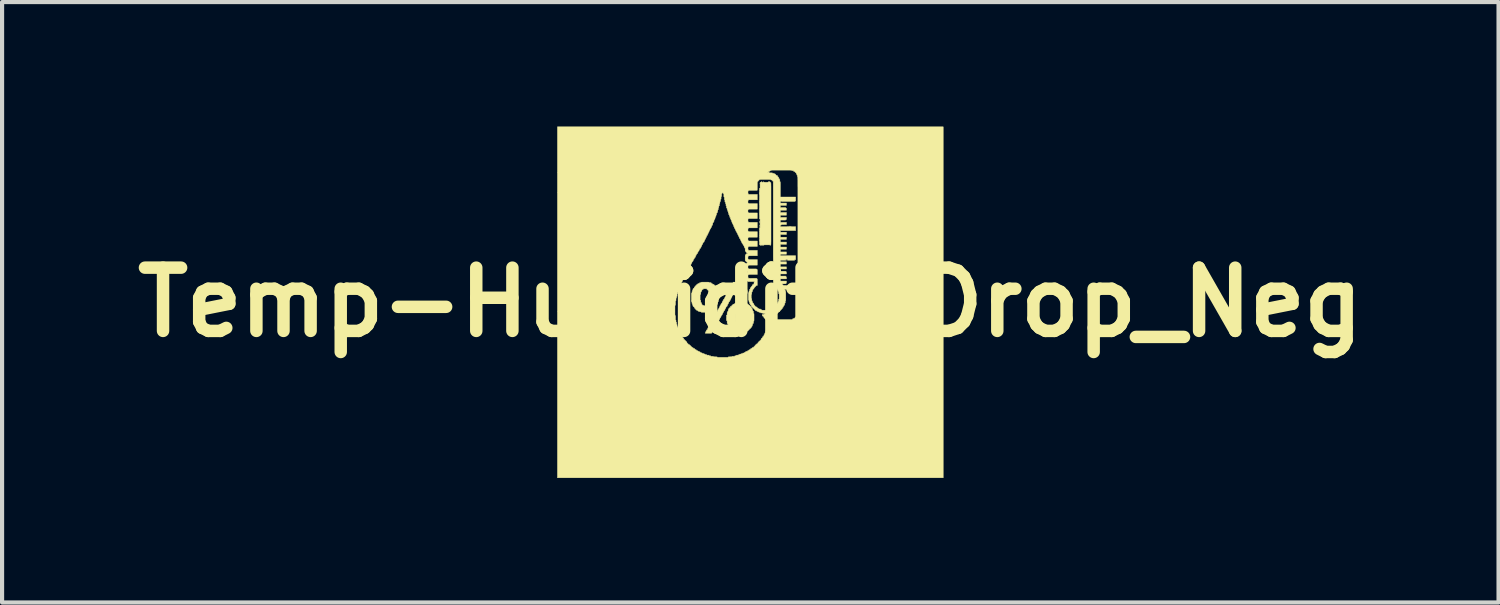
<source format=kicad_pcb>
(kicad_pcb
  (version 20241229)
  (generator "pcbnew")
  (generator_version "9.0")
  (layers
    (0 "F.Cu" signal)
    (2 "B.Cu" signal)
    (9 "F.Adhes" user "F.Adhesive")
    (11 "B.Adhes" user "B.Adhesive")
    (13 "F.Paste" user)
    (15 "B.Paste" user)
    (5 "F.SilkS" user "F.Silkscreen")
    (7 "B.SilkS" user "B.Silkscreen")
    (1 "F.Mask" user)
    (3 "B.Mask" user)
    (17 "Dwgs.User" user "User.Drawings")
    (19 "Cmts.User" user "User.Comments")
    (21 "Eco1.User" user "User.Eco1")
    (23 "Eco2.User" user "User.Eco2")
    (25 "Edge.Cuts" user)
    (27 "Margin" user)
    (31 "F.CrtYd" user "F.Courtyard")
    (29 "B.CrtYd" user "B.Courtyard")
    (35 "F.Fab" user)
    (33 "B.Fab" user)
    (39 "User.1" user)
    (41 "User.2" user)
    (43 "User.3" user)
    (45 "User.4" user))
  (footprint "Temp-Humidity_Drop_Neg"
    (layer "F.Cu")
    (at 15.03 4.234)
    (property "Reference" "Temp-Humidity_Drop_Neg" (at 0 0 0) (layer "F.SilkS") (effects (font (size 1.524 1.524) (thickness 0.3))))
    (attr through_hole)
    (fp_poly (pts (xy -1.534 -0.729) (xy -1.535 -0.727) (xy -1.537 -0.729) (xy -1.535 -0.73) (xy -1.534 -0.729)) (stroke (width 0.01) (type solid)) (fill yes) (layer "F.SilkS"))
    (fp_poly (pts (xy -1.343 0.129) (xy -1.345 0.13) (xy -1.346 0.129) (xy -1.345 0.127) (xy -1.343 0.129)) (stroke (width 0.01) (type solid)) (fill yes) (layer "F.SilkS"))
    (fp_poly (pts (xy -1.184 0.233) (xy -1.186 0.235) (xy -1.187 0.233) (xy -1.186 0.232) (xy -1.184 0.233)) (stroke (width 0.01) (type solid)) (fill yes) (layer "F.SilkS"))
    (fp_poly (pts (xy -1.045 0.662) (xy -1.046 0.664) (xy -1.048 0.662) (xy -1.046 0.66) (xy -1.045 0.662)) (stroke (width 0.01) (type solid)) (fill yes) (layer "F.SilkS"))
    (fp_poly (pts (xy -0.518 0.598) (xy -0.519 0.6) (xy -0.521 0.598) (xy -0.519 0.597) (xy -0.518 0.598)) (stroke (width 0.01) (type solid)) (fill yes) (layer "F.SilkS"))
    (fp_poly (pts (xy -0.451 -1.942) (xy -0.452 -1.94) (xy -0.454 -1.942) (xy -0.452 -1.943) (xy -0.451 -1.942)) (stroke (width 0.01) (type solid)) (fill yes) (layer "F.SilkS"))
    (fp_poly (pts (xy -0.187 1.224) (xy -0.189 1.226) (xy -0.191 1.224) (xy -0.189 1.222) (xy -0.187 1.224)) (stroke (width 0.01) (type solid)) (fill yes) (layer "F.SilkS"))
    (fp_poly (pts (xy 0.029 0.592) (xy 0.027 0.594) (xy 0.025 0.592) (xy 0.027 0.591) (xy 0.029 0.592)) (stroke (width 0.01) (type solid)) (fill yes) (layer "F.SilkS"))
    (fp_poly (pts (xy 0.035 0.592) (xy 0.033 0.594) (xy 0.032 0.592) (xy 0.033 0.591) (xy 0.035 0.592)) (stroke (width 0.01) (type solid)) (fill yes) (layer "F.SilkS"))
    (fp_poly (pts (xy 0.083 -0.44) (xy 0.081 -0.438) (xy 0.079 -0.44) (xy 0.081 -0.441) (xy 0.083 -0.44)) (stroke (width 0.01) (type solid)) (fill yes) (layer "F.SilkS"))
    (fp_poly (pts (xy 0.222 -2.856) (xy 0.221 -2.854) (xy 0.219 -2.856) (xy 0.221 -2.857) (xy 0.222 -2.856)) (stroke (width 0.01) (type solid)) (fill yes) (layer "F.SilkS"))
    (fp_poly (pts (xy 0.222 -1.951) (xy 0.221 -1.949) (xy 0.219 -1.951) (xy 0.221 -1.953) (xy 0.222 -1.951)) (stroke (width 0.01) (type solid)) (fill yes) (layer "F.SilkS"))
    (fp_poly (pts (xy 0.222 -1.919) (xy 0.221 -1.918) (xy 0.219 -1.919) (xy 0.221 -1.921) (xy 0.222 -1.919)) (stroke (width 0.01) (type solid)) (fill yes) (layer "F.SilkS"))
    (fp_poly (pts (xy 0.222 -1.859) (xy 0.221 -1.857) (xy 0.219 -1.859) (xy 0.221 -1.861) (xy 0.222 -1.859)) (stroke (width 0.01) (type solid)) (fill yes) (layer "F.SilkS"))
    (fp_poly (pts (xy 0.222 -1.808) (xy 0.221 -1.807) (xy 0.219 -1.808) (xy 0.221 -1.81) (xy 0.222 -1.808)) (stroke (width 0.01) (type solid)) (fill yes) (layer "F.SilkS"))
    (fp_poly (pts (xy 0.225 -1.945) (xy 0.224 -1.943) (xy 0.222 -1.945) (xy 0.224 -1.946) (xy 0.225 -1.945)) (stroke (width 0.01) (type solid)) (fill yes) (layer "F.SilkS"))
    (fp_poly (pts (xy 0.225 -1.938) (xy 0.224 -1.937) (xy 0.222 -1.938) (xy 0.224 -1.94) (xy 0.225 -1.938)) (stroke (width 0.01) (type solid)) (fill yes) (layer "F.SilkS"))
    (fp_poly (pts (xy 0.225 -1.929) (xy 0.224 -1.927) (xy 0.222 -1.929) (xy 0.224 -1.93) (xy 0.225 -1.929)) (stroke (width 0.01) (type solid)) (fill yes) (layer "F.SilkS"))
    (fp_poly (pts (xy 0.225 -1.888) (xy 0.224 -1.886) (xy 0.222 -1.888) (xy 0.224 -1.889) (xy 0.225 -1.888)) (stroke (width 0.01) (type solid)) (fill yes) (layer "F.SilkS"))
    (fp_poly (pts (xy 0.229 -1.957) (xy 0.227 -1.956) (xy 0.225 -1.957) (xy 0.227 -1.959) (xy 0.229 -1.957)) (stroke (width 0.01) (type solid)) (fill yes) (layer "F.SilkS"))
    (fp_poly (pts (xy 0.229 -1.919) (xy 0.227 -1.918) (xy 0.225 -1.919) (xy 0.227 -1.921) (xy 0.229 -1.919)) (stroke (width 0.01) (type solid)) (fill yes) (layer "F.SilkS"))
    (fp_poly (pts (xy 0.229 -1.821) (xy 0.227 -1.819) (xy 0.225 -1.821) (xy 0.227 -1.822) (xy 0.229 -1.821)) (stroke (width 0.01) (type solid)) (fill yes) (layer "F.SilkS"))
    (fp_poly (pts (xy 0.791 -1.868) (xy 0.789 -1.867) (xy 0.787 -1.868) (xy 0.789 -1.87) (xy 0.791 -1.868)) (stroke (width 0.01) (type solid)) (fill yes) (layer "F.SilkS"))
    (fp_poly (pts (xy 0.873 -1.014) (xy 0.872 -1.013) (xy 0.87 -1.014) (xy 0.872 -1.016) (xy 0.873 -1.014)) (stroke (width 0.01) (type solid)) (fill yes) (layer "F.SilkS"))
    (fp_poly (pts (xy 0.879 -1.014) (xy 0.878 -1.013) (xy 0.876 -1.014) (xy 0.878 -1.016) (xy 0.879 -1.014)) (stroke (width 0.01) (type solid)) (fill yes) (layer "F.SilkS"))
    (fp_poly (pts (xy 0.224 -1.853) (xy 0.225 -1.849) (xy 0.224 -1.849) (xy 0.222 -1.849) (xy 0.222 -1.851) (xy 0.223 -1.854) (xy 0.224 -1.853)) (stroke (width 0.01) (type solid)) (fill yes) (layer "F.SilkS"))
    (fp_poly (pts (xy 0.228 -1.84) (xy 0.226 -1.837) (xy 0.223 -1.835) (xy 0.224 -1.839) (xy 0.224 -1.839) (xy 0.227 -1.843) (xy 0.228 -1.843) (xy 0.228 -1.84)) (stroke (width 0.01) (type solid)) (fill yes) (layer "F.SilkS"))
    (fp_poly (pts (xy 0.428 0.354) (xy 0.432 0.357) (xy 0.432 0.357) (xy 0.43 0.359) (xy 0.427 0.356) (xy 0.427 0.355) (xy 0.426 0.353) (xy 0.428 0.354)) (stroke (width 0.01) (type solid)) (fill yes) (layer "F.SilkS"))
    (fp_poly (pts (xy -1.712 -0.322) (xy -1.713 -0.321) (xy -1.716 -0.318) (xy -1.716 -0.318) (xy -1.717 -0.32) (xy -1.716 -0.321) (xy -1.713 -0.324) (xy -1.713 -0.324) (xy -1.712 -0.322)) (stroke (width 0.01) (type solid)) (fill yes) (layer "F.SilkS"))
    (fp_poly (pts (xy 0.464 -2.905) (xy 0.47 -2.904) (xy 0.473 -2.902) (xy 0.473 -2.899) (xy 0.475 -2.893) (xy 0.479 -2.892) (xy 0.485 -2.89) (xy 0.486 -2.886) (xy 0.488 -2.881) (xy 0.492 -2.88) (xy 0.493 -2.88) (xy 0.493 -2.879) (xy 0.494 -2.879) (xy 0.495 -2.877) (xy 0.495 -2.875) (xy 0.496 -2.871) (xy 0.496 -2.866) (xy 0.496 -2.859) (xy 0.497 -2.85) (xy 0.497 -2.839) (xy 0.497 -2.826) (xy 0.497 -2.81) (xy 0.498 -2.791) (xy 0.498 -2.769) (xy 0.498 -2.743) (xy 0.498 -2.714) (xy 0.498 -2.681) (xy 0.498 -2.645) (xy 0.498 -2.603) (xy 0.498 -2.558) (xy 0.498 -2.507) (xy 0.498 -2.451) (xy 0.498 -2.39) (xy 0.498 -2.324) (xy 0.498 -2.252) (xy 0.498 -2.174) (xy 0.498 -2.132) (xy 0.498 -2.051) (xy 0.498 -1.976) (xy 0.498 -1.906) (xy 0.498 -1.843) (xy 0.498 -1.784) (xy 0.498 -1.731) (xy 0.498 -1.683) (xy 0.498 -1.64) (xy 0.498 -1.601) (xy 0.498 -1.566) (xy 0.498 -1.535) (xy 0.498 -1.508) (xy 0.498 -1.484) (xy 0.498 -1.464) (xy 0.497 -1.446) (xy 0.497 -1.431) (xy 0.497 -1.419) (xy 0.496 -1.409) (xy 0.496 -1.402) (xy 0.496 -1.396) (xy 0.495 -1.391) (xy 0.495 -1.388) (xy 0.494 -1.386) (xy 0.494 -1.385) (xy 0.493 -1.384) (xy 0.492 -1.384) (xy 0.492 -1.384) (xy 0.487 -1.382) (xy 0.486 -1.378) (xy 0.484 -1.373) (xy 0.479 -1.372) (xy 0.474 -1.374) (xy 0.473 -1.378) (xy 0.473 -1.38) (xy 0.472 -1.382) (xy 0.469 -1.383) (xy 0.463 -1.383) (xy 0.455 -1.384) (xy 0.442 -1.384) (xy 0.425 -1.384) (xy 0.402 -1.384) (xy 0.4 -1.384) (xy 0.377 -1.384) (xy 0.359 -1.384) (xy 0.346 -1.384) (xy 0.337 -1.383) (xy 0.332 -1.383) (xy 0.329 -1.382) (xy 0.327 -1.38) (xy 0.327 -1.378) (xy 0.327 -1.378) (xy 0.325 -1.373) (xy 0.321 -1.372) (xy 0.315 -1.374) (xy 0.314 -1.378) (xy 0.312 -1.383) (xy 0.306 -1.384) (xy 0.3 -1.383) (xy 0.298 -1.378) (xy 0.296 -1.373) (xy 0.292 -1.372) (xy 0.287 -1.374) (xy 0.286 -1.378) (xy 0.284 -1.383) (xy 0.279 -1.384) (xy 0.274 -1.382) (xy 0.273 -1.378) (xy 0.271 -1.373) (xy 0.267 -1.372) (xy 0.261 -1.374) (xy 0.26 -1.378) (xy 0.258 -1.383) (xy 0.254 -1.384) (xy 0.249 -1.383) (xy 0.249 -1.378) (xy 0.249 -1.378) (xy 0.249 -1.373) (xy 0.244 -1.372) (xy 0.243 -1.372) (xy 0.237 -1.373) (xy 0.235 -1.378) (xy 0.233 -1.383) (xy 0.227 -1.384) (xy 0.221 -1.386) (xy 0.219 -1.391) (xy 0.221 -1.396) (xy 0.227 -1.397) (xy 0.233 -1.398) (xy 0.235 -1.403) (xy 0.233 -1.408) (xy 0.227 -1.41) (xy 0.221 -1.411) (xy 0.219 -1.416) (xy 0.219 -1.418) (xy 0.22 -1.424) (xy 0.226 -1.426) (xy 0.227 -1.426) (xy 0.233 -1.427) (xy 0.235 -1.432) (xy 0.233 -1.437) (xy 0.227 -1.438) (xy 0.219 -1.438) (xy 0.219 -1.476) (xy 0.219 -1.481) (xy 0.232 -1.481) (xy 0.233 -1.48) (xy 0.235 -1.481) (xy 0.233 -1.483) (xy 0.232 -1.481) (xy 0.219 -1.481) (xy 0.219 -1.494) (xy 0.22 -1.503) (xy 0.225 -1.503) (xy 0.227 -1.502) (xy 0.229 -1.503) (xy 0.227 -1.505) (xy 0.225 -1.503) (xy 0.22 -1.503) (xy 0.22 -1.505) (xy 0.221 -1.512) (xy 0.223 -1.514) (xy 0.223 -1.515) (xy 0.225 -1.515) (xy 0.223 -1.517) (xy 0.222 -1.521) (xy 0.221 -1.53) (xy 0.221 -1.544) (xy 0.22 -1.553) (xy 0.223 -1.553) (xy 0.223 -1.553) (xy 0.226 -1.555) (xy 0.227 -1.556) (xy 0.228 -1.559) (xy 0.227 -1.559) (xy 0.224 -1.557) (xy 0.224 -1.556) (xy 0.223 -1.553) (xy 0.22 -1.553) (xy 0.22 -1.561) (xy 0.22 -1.576) (xy 0.222 -1.576) (xy 0.224 -1.575) (xy 0.225 -1.576) (xy 0.224 -1.578) (xy 0.222 -1.576) (xy 0.22 -1.576) (xy 0.22 -1.581) (xy 0.219 -1.603) (xy 0.219 -1.611) (xy 0.225 -1.611) (xy 0.227 -1.61) (xy 0.229 -1.611) (xy 0.227 -1.613) (xy 0.225 -1.611) (xy 0.219 -1.611) (xy 0.219 -1.627) (xy 0.219 -1.65) (xy 0.219 -1.673) (xy 0.22 -1.694) (xy 0.22 -1.707) (xy 0.225 -1.707) (xy 0.227 -1.705) (xy 0.229 -1.707) (xy 0.227 -1.708) (xy 0.225 -1.707) (xy 0.22 -1.707) (xy 0.22 -1.712) (xy 0.221 -1.727) (xy 0.221 -1.738) (xy 0.222 -1.744) (xy 0.222 -1.745) (xy 0.225 -1.749) (xy 0.225 -1.75) (xy 0.224 -1.752) (xy 0.222 -1.749) (xy 0.22 -1.746) (xy 0.219 -1.749) (xy 0.219 -1.75) (xy 0.222 -1.756) (xy 0.225 -1.759) (xy 0.228 -1.761) (xy 0.226 -1.761) (xy 0.225 -1.761) (xy 0.222 -1.761) (xy 0.22 -1.765) (xy 0.22 -1.773) (xy 0.219 -1.777) (xy 0.219 -1.787) (xy 0.22 -1.792) (xy 0.223 -1.794) (xy 0.227 -1.794) (xy 0.235 -1.794) (xy 0.235 -2.006) (xy 0.228 -2.007) (xy 0.221 -2.008) (xy 0.221 -2.056) (xy 0.222 -2.056) (xy 0.224 -2.054) (xy 0.225 -2.056) (xy 0.224 -2.057) (xy 0.222 -2.056) (xy 0.221 -2.056) (xy 0.22 -2.119) (xy 0.225 -2.119) (xy 0.227 -2.118) (xy 0.229 -2.119) (xy 0.227 -2.121) (xy 0.225 -2.119) (xy 0.22 -2.119) (xy 0.22 -2.135) (xy 0.225 -2.135) (xy 0.227 -2.134) (xy 0.229 -2.135) (xy 0.227 -2.137) (xy 0.225 -2.135) (xy 0.22 -2.135) (xy 0.22 -2.173) (xy 0.225 -2.173) (xy 0.227 -2.172) (xy 0.229 -2.173) (xy 0.227 -2.175) (xy 0.225 -2.173) (xy 0.22 -2.173) (xy 0.22 -2.228) (xy 0.223 -2.228) (xy 0.224 -2.226) (xy 0.227 -2.223) (xy 0.229 -2.223) (xy 0.229 -2.224) (xy 0.226 -2.227) (xy 0.225 -2.228) (xy 0.223 -2.228) (xy 0.22 -2.228) (xy 0.22 -2.237) (xy 0.222 -2.237) (xy 0.224 -2.235) (xy 0.225 -2.237) (xy 0.224 -2.238) (xy 0.222 -2.237) (xy 0.22 -2.237) (xy 0.22 -2.262) (xy 0.225 -2.262) (xy 0.227 -2.261) (xy 0.229 -2.262) (xy 0.227 -2.264) (xy 0.225 -2.262) (xy 0.22 -2.262) (xy 0.22 -2.284) (xy 0.22 -2.334) (xy 0.22 -2.357) (xy 0.225 -2.357) (xy 0.227 -2.356) (xy 0.229 -2.357) (xy 0.227 -2.359) (xy 0.225 -2.357) (xy 0.22 -2.357) (xy 0.22 -2.37) (xy 0.222 -2.37) (xy 0.224 -2.369) (xy 0.225 -2.37) (xy 0.224 -2.372) (xy 0.222 -2.37) (xy 0.22 -2.37) (xy 0.22 -2.378) (xy 0.22 -2.38) (xy 0.222 -2.38) (xy 0.224 -2.378) (xy 0.225 -2.38) (xy 0.224 -2.381) (xy 0.222 -2.38) (xy 0.22 -2.38) (xy 0.22 -2.405) (xy 0.222 -2.405) (xy 0.224 -2.403) (xy 0.225 -2.405) (xy 0.224 -2.407) (xy 0.222 -2.405) (xy 0.22 -2.405) (xy 0.22 -2.411) (xy 0.225 -2.411) (xy 0.227 -2.41) (xy 0.229 -2.411) (xy 0.227 -2.413) (xy 0.225 -2.411) (xy 0.22 -2.411) (xy 0.22 -2.416) (xy 0.22 -2.421) (xy 0.225 -2.421) (xy 0.227 -2.419) (xy 0.229 -2.421) (xy 0.227 -2.423) (xy 0.225 -2.421) (xy 0.22 -2.421) (xy 0.22 -2.43) (xy 0.222 -2.43) (xy 0.224 -2.429) (xy 0.225 -2.43) (xy 0.224 -2.432) (xy 0.222 -2.43) (xy 0.22 -2.43) (xy 0.22 -2.44) (xy 0.222 -2.44) (xy 0.224 -2.438) (xy 0.225 -2.44) (xy 0.224 -2.442) (xy 0.222 -2.44) (xy 0.22 -2.44) (xy 0.22 -2.449) (xy 0.22 -2.472) (xy 0.225 -2.472) (xy 0.227 -2.47) (xy 0.229 -2.472) (xy 0.227 -2.473) (xy 0.225 -2.472) (xy 0.22 -2.472) (xy 0.22 -2.477) (xy 0.22 -2.5) (xy 0.22 -2.519) (xy 0.221 -2.534) (xy 0.221 -2.538) (xy 0.225 -2.538) (xy 0.227 -2.537) (xy 0.229 -2.538) (xy 0.227 -2.54) (xy 0.225 -2.538) (xy 0.221 -2.538) (xy 0.221 -2.544) (xy 0.222 -2.552) (xy 0.222 -2.556) (xy 0.223 -2.557) (xy 0.223 -2.557) (xy 0.225 -2.556) (xy 0.223 -2.559) (xy 0.222 -2.564) (xy 0.221 -2.573) (xy 0.22 -2.583) (xy 0.222 -2.583) (xy 0.224 -2.581) (xy 0.225 -2.583) (xy 0.224 -2.584) (xy 0.222 -2.583) (xy 0.22 -2.583) (xy 0.22 -2.586) (xy 0.22 -2.599) (xy 0.225 -2.599) (xy 0.227 -2.597) (xy 0.229 -2.599) (xy 0.227 -2.6) (xy 0.225 -2.599) (xy 0.22 -2.599) (xy 0.22 -2.603) (xy 0.22 -2.605) (xy 0.222 -2.605) (xy 0.224 -2.603) (xy 0.225 -2.605) (xy 0.224 -2.607) (xy 0.222 -2.605) (xy 0.22 -2.605) (xy 0.219 -2.618) (xy 0.225 -2.618) (xy 0.227 -2.616) (xy 0.229 -2.618) (xy 0.227 -2.619) (xy 0.225 -2.618) (xy 0.219 -2.618) (xy 0.219 -2.621) (xy 0.219 -2.623) (xy 0.223 -2.623) (xy 0.223 -2.623) (xy 0.226 -2.625) (xy 0.227 -2.626) (xy 0.228 -2.629) (xy 0.227 -2.629) (xy 0.224 -2.627) (xy 0.224 -2.626) (xy 0.223 -2.623) (xy 0.219 -2.623) (xy 0.219 -2.637) (xy 0.222 -2.637) (xy 0.224 -2.635) (xy 0.225 -2.637) (xy 0.224 -2.638) (xy 0.222 -2.637) (xy 0.219 -2.637) (xy 0.219 -2.64) (xy 0.219 -2.646) (xy 0.225 -2.646) (xy 0.227 -2.645) (xy 0.229 -2.646) (xy 0.227 -2.648) (xy 0.225 -2.646) (xy 0.219 -2.646) (xy 0.219 -2.659) (xy 0.219 -2.676) (xy 0.22 -2.692) (xy 0.22 -2.697) (xy 0.225 -2.697) (xy 0.227 -2.696) (xy 0.229 -2.697) (xy 0.227 -2.699) (xy 0.225 -2.697) (xy 0.22 -2.697) (xy 0.22 -2.704) (xy 0.221 -2.713) (xy 0.222 -2.716) (xy 0.223 -2.716) (xy 0.225 -2.715) (xy 0.224 -2.718) (xy 0.222 -2.723) (xy 0.225 -2.723) (xy 0.227 -2.721) (xy 0.229 -2.723) (xy 0.227 -2.724) (xy 0.225 -2.723) (xy 0.222 -2.723) (xy 0.222 -2.724) (xy 0.22 -2.733) (xy 0.22 -2.736) (xy 0.22 -2.744) (xy 0.221 -2.747) (xy 0.225 -2.747) (xy 0.227 -2.747) (xy 0.235 -2.746) (xy 0.235 -2.806) (xy 0.235 -2.825) (xy 0.235 -2.844) (xy 0.235 -2.86) (xy 0.235 -2.872) (xy 0.235 -2.879) (xy 0.235 -2.892) (xy 0.248 -2.892) (xy 0.256 -2.893) (xy 0.26 -2.895) (xy 0.26 -2.899) (xy 0.261 -2.903) (xy 0.265 -2.905) (xy 0.272 -2.905) (xy 0.28 -2.903) (xy 0.284 -2.9) (xy 0.284 -2.898) (xy 0.285 -2.895) (xy 0.289 -2.893) (xy 0.297 -2.892) (xy 0.299 -2.892) (xy 0.308 -2.893) (xy 0.313 -2.894) (xy 0.314 -2.898) (xy 0.314 -2.899) (xy 0.317 -2.904) (xy 0.321 -2.905) (xy 0.326 -2.903) (xy 0.327 -2.899) (xy 0.327 -2.896) (xy 0.329 -2.895) (xy 0.332 -2.894) (xy 0.339 -2.893) (xy 0.349 -2.893) (xy 0.364 -2.892) (xy 0.379 -2.892) (xy 0.399 -2.892) (xy 0.413 -2.893) (xy 0.422 -2.893) (xy 0.428 -2.894) (xy 0.431 -2.895) (xy 0.432 -2.897) (xy 0.432 -2.899) (xy 0.432 -2.902) (xy 0.435 -2.904) (xy 0.442 -2.905) (xy 0.452 -2.905) (xy 0.464 -2.905)) (stroke (width 0.01) (type solid)) (fill yes) (layer "F.SilkS"))
    (fp_poly (pts (xy -0.149 0.011) (xy -0.149 0.015) (xy -0.147 0.017) (xy -0.143 0.019) (xy -0.135 0.019) (xy -0.124 0.019) (xy -0.111 0.019) (xy -0.104 0.02) (xy -0.1 0.021) (xy -0.099 0.024) (xy -0.098 0.025) (xy -0.097 0.029) (xy -0.094 0.031) (xy -0.085 0.032) (xy -0.084 0.032) (xy -0.075 0.032) (xy -0.071 0.034) (xy -0.07 0.038) (xy -0.07 0.038) (xy -0.068 0.043) (xy -0.064 0.044) (xy -0.058 0.047) (xy -0.057 0.051) (xy -0.056 0.055) (xy -0.052 0.057) (xy -0.044 0.057) (xy -0.036 0.058) (xy -0.032 0.06) (xy -0.032 0.064) (xy -0.03 0.069) (xy -0.025 0.07) (xy -0.02 0.072) (xy -0.019 0.076) (xy -0.017 0.081) (xy -0.011 0.083) (xy -0.005 0.084) (xy -0.003 0.089) (xy -0.003 0.09) (xy -0.002 0.097) (xy 0.003 0.098) (xy 0.008 0.101) (xy 0.01 0.105) (xy 0.012 0.11) (xy 0.016 0.111) (xy 0.02 0.112) (xy 0.022 0.116) (xy 0.022 0.124) (xy 0.023 0.132) (xy 0.025 0.136) (xy 0.029 0.137) (xy 0.034 0.139) (xy 0.035 0.143) (xy 0.037 0.148) (xy 0.041 0.149) (xy 0.045 0.15) (xy 0.047 0.153) (xy 0.047 0.159) (xy 0.048 0.17) (xy 0.048 0.181) (xy 0.049 0.187) (xy 0.051 0.19) (xy 0.054 0.191) (xy 0.058 0.192) (xy 0.06 0.196) (xy 0.06 0.203) (xy 0.061 0.211) (xy 0.063 0.215) (xy 0.068 0.216) (xy 0.068 0.216) (xy 0.072 0.216) (xy 0.074 0.218) (xy 0.076 0.222) (xy 0.076 0.23) (xy 0.076 0.243) (xy 0.076 0.256) (xy 0.077 0.264) (xy 0.078 0.268) (xy 0.08 0.27) (xy 0.083 0.27) (xy 0.084 0.27) (xy 0.086 0.271) (xy 0.087 0.274) (xy 0.088 0.278) (xy 0.088 0.286) (xy 0.089 0.297) (xy 0.089 0.313) (xy 0.089 0.333) (xy 0.089 0.359) (xy 0.089 0.362) (xy 0.089 0.389) (xy 0.089 0.409) (xy 0.089 0.425) (xy 0.088 0.437) (xy 0.088 0.445) (xy 0.087 0.45) (xy 0.086 0.453) (xy 0.085 0.454) (xy 0.083 0.454) (xy 0.083 0.454) (xy 0.079 0.455) (xy 0.078 0.457) (xy 0.077 0.462) (xy 0.076 0.472) (xy 0.076 0.481) (xy 0.076 0.494) (xy 0.076 0.502) (xy 0.074 0.506) (xy 0.072 0.508) (xy 0.068 0.508) (xy 0.063 0.509) (xy 0.061 0.512) (xy 0.06 0.52) (xy 0.06 0.521) (xy 0.06 0.529) (xy 0.058 0.533) (xy 0.054 0.533) (xy 0.051 0.534) (xy 0.049 0.537) (xy 0.048 0.543) (xy 0.048 0.554) (xy 0.047 0.565) (xy 0.047 0.571) (xy 0.045 0.574) (xy 0.041 0.575) (xy 0.036 0.577) (xy 0.035 0.581) (xy 0.033 0.586) (xy 0.029 0.587) (xy 0.024 0.588) (xy 0.023 0.593) (xy 0.022 0.6) (xy 0.022 0.608) (xy 0.02 0.612) (xy 0.016 0.613) (xy 0.011 0.615) (xy 0.01 0.619) (xy 0.007 0.624) (xy 0.003 0.625) (xy -0.002 0.628) (xy -0.003 0.632) (xy -0.005 0.637) (xy -0.011 0.638) (xy -0.017 0.639) (xy -0.019 0.645) (xy -0.019 0.646) (xy -0.021 0.652) (xy -0.025 0.654) (xy -0.031 0.656) (xy -0.032 0.66) (xy -0.034 0.666) (xy -0.038 0.667) (xy -0.043 0.669) (xy -0.044 0.673) (xy -0.047 0.678) (xy -0.051 0.679) (xy -0.056 0.682) (xy -0.057 0.686) (xy -0.058 0.69) (xy -0.063 0.692) (xy -0.07 0.692) (xy -0.078 0.693) (xy -0.082 0.695) (xy -0.083 0.699) (xy -0.083 0.702) (xy -0.087 0.704) (xy -0.096 0.705) (xy -0.097 0.705) (xy -0.106 0.705) (xy -0.11 0.707) (xy -0.111 0.711) (xy -0.111 0.711) (xy -0.112 0.715) (xy -0.115 0.717) (xy -0.122 0.717) (xy -0.13 0.718) (xy -0.141 0.718) (xy -0.146 0.719) (xy -0.149 0.721) (xy -0.149 0.725) (xy -0.149 0.733) (xy -0.183 0.733) (xy -0.197 0.734) (xy -0.207 0.734) (xy -0.213 0.735) (xy -0.215 0.736) (xy -0.216 0.739) (xy -0.216 0.74) (xy -0.216 0.743) (xy -0.219 0.745) (xy -0.224 0.746) (xy -0.234 0.746) (xy -0.243 0.746) (xy -0.256 0.746) (xy -0.264 0.745) (xy -0.268 0.744) (xy -0.27 0.742) (xy -0.27 0.74) (xy -0.27 0.737) (xy -0.272 0.735) (xy -0.276 0.734) (xy -0.284 0.734) (xy -0.296 0.733) (xy -0.31 0.733) (xy -0.349 0.733) (xy -0.349 0.725) (xy -0.35 0.72) (xy -0.353 0.718) (xy -0.361 0.718) (xy -0.362 0.718) (xy -0.37 0.717) (xy -0.374 0.715) (xy -0.375 0.711) (xy -0.376 0.707) (xy -0.38 0.705) (xy -0.387 0.705) (xy -0.396 0.704) (xy -0.399 0.702) (xy -0.4 0.699) (xy -0.401 0.695) (xy -0.405 0.693) (xy -0.413 0.692) (xy -0.414 0.692) (xy -0.423 0.692) (xy -0.427 0.69) (xy -0.429 0.686) (xy -0.429 0.686) (xy -0.431 0.68) (xy -0.435 0.679) (xy -0.44 0.677) (xy -0.441 0.673) (xy -0.444 0.668) (xy -0.448 0.667) (xy -0.453 0.665) (xy -0.454 0.66) (xy -0.456 0.655) (xy -0.46 0.654) (xy -0.465 0.652) (xy -0.467 0.646) (xy -0.468 0.64) (xy -0.473 0.638) (xy -0.478 0.636) (xy -0.479 0.632) (xy -0.481 0.627) (xy -0.487 0.625) (xy -0.494 0.624) (xy -0.495 0.619) (xy -0.498 0.614) (xy -0.502 0.613) (xy -0.506 0.612) (xy -0.508 0.607) (xy -0.508 0.6) (xy -0.509 0.592) (xy -0.511 0.588) (xy -0.514 0.587) (xy -0.52 0.585) (xy -0.521 0.581) (xy -0.523 0.576) (xy -0.527 0.575) (xy -0.53 0.574) (xy -0.532 0.571) (xy -0.533 0.565) (xy -0.533 0.554) (xy -0.534 0.543) (xy -0.534 0.537) (xy -0.536 0.534) (xy -0.54 0.533) (xy -0.544 0.532) (xy -0.546 0.528) (xy -0.546 0.521) (xy -0.547 0.512) (xy -0.549 0.509) (xy -0.552 0.508) (xy -0.555 0.508) (xy -0.557 0.506) (xy -0.558 0.501) (xy -0.559 0.492) (xy -0.559 0.479) (xy -0.559 0.475) (xy -0.559 0.441) (xy -0.575 0.441) (xy -0.575 0.375) (xy -0.349 0.375) (xy -0.349 0.403) (xy -0.349 0.426) (xy -0.349 0.444) (xy -0.349 0.457) (xy -0.348 0.467) (xy -0.348 0.473) (xy -0.347 0.477) (xy -0.346 0.479) (xy -0.344 0.479) (xy -0.343 0.479) (xy -0.339 0.48) (xy -0.337 0.484) (xy -0.337 0.493) (xy -0.337 0.494) (xy -0.336 0.503) (xy -0.335 0.507) (xy -0.331 0.508) (xy -0.329 0.508) (xy -0.323 0.509) (xy -0.321 0.512) (xy -0.321 0.52) (xy -0.321 0.521) (xy -0.32 0.529) (xy -0.318 0.533) (xy -0.314 0.533) (xy -0.309 0.536) (xy -0.308 0.54) (xy -0.306 0.545) (xy -0.302 0.546) (xy -0.296 0.548) (xy -0.295 0.552) (xy -0.293 0.558) (xy -0.289 0.559) (xy -0.284 0.561) (xy -0.283 0.567) (xy -0.283 0.575) (xy -0.191 0.575) (xy -0.191 0.567) (xy -0.189 0.561) (xy -0.184 0.559) (xy -0.179 0.557) (xy -0.178 0.552) (xy -0.176 0.547) (xy -0.17 0.546) (xy -0.164 0.545) (xy -0.162 0.54) (xy -0.16 0.534) (xy -0.156 0.533) (xy -0.151 0.532) (xy -0.15 0.528) (xy -0.149 0.521) (xy -0.149 0.512) (xy -0.147 0.509) (xy -0.143 0.508) (xy -0.14 0.508) (xy -0.138 0.506) (xy -0.137 0.502) (xy -0.137 0.494) (xy -0.137 0.482) (xy -0.137 0.468) (xy -0.136 0.452) (xy -0.136 0.441) (xy -0.136 0.434) (xy -0.134 0.43) (xy -0.132 0.429) (xy -0.13 0.429) (xy -0.128 0.428) (xy -0.126 0.427) (xy -0.125 0.424) (xy -0.124 0.418) (xy -0.124 0.408) (xy -0.124 0.394) (xy -0.124 0.375) (xy -0.124 0.368) (xy -0.124 0.347) (xy -0.124 0.332) (xy -0.124 0.321) (xy -0.125 0.314) (xy -0.126 0.31) (xy -0.127 0.308) (xy -0.129 0.308) (xy -0.13 0.308) (xy -0.133 0.308) (xy -0.135 0.306) (xy -0.136 0.301) (xy -0.136 0.292) (xy -0.137 0.279) (xy -0.137 0.275) (xy -0.137 0.26) (xy -0.137 0.25) (xy -0.138 0.245) (xy -0.14 0.242) (xy -0.142 0.241) (xy -0.143 0.241) (xy -0.147 0.24) (xy -0.149 0.236) (xy -0.149 0.229) (xy -0.15 0.22) (xy -0.152 0.217) (xy -0.156 0.216) (xy -0.16 0.215) (xy -0.162 0.211) (xy -0.162 0.203) (xy -0.162 0.195) (xy -0.164 0.191) (xy -0.169 0.191) (xy -0.17 0.191) (xy -0.176 0.189) (xy -0.178 0.184) (xy -0.179 0.18) (xy -0.183 0.178) (xy -0.191 0.178) (xy -0.199 0.177) (xy -0.202 0.175) (xy -0.203 0.171) (xy -0.203 0.17) (xy -0.203 0.162) (xy -0.27 0.162) (xy -0.27 0.17) (xy -0.271 0.175) (xy -0.274 0.177) (xy -0.281 0.178) (xy -0.283 0.178) (xy -0.291 0.178) (xy -0.295 0.18) (xy -0.295 0.184) (xy -0.298 0.189) (xy -0.302 0.191) (xy -0.307 0.193) (xy -0.308 0.197) (xy -0.31 0.202) (xy -0.314 0.203) (xy -0.318 0.204) (xy -0.32 0.207) (xy -0.321 0.214) (xy -0.321 0.222) (xy -0.321 0.233) (xy -0.322 0.239) (xy -0.324 0.241) (xy -0.328 0.241) (xy -0.329 0.241) (xy -0.334 0.242) (xy -0.336 0.245) (xy -0.337 0.252) (xy -0.337 0.256) (xy -0.337 0.265) (xy -0.339 0.269) (xy -0.342 0.27) (xy -0.343 0.27) (xy -0.345 0.27) (xy -0.346 0.271) (xy -0.347 0.273) (xy -0.348 0.278) (xy -0.348 0.285) (xy -0.349 0.295) (xy -0.349 0.31) (xy -0.349 0.329) (xy -0.349 0.353) (xy -0.349 0.375) (xy -0.575 0.375) (xy -0.575 0.308) (xy -0.559 0.308) (xy -0.559 0.275) (xy -0.559 0.26) (xy -0.558 0.25) (xy -0.557 0.245) (xy -0.556 0.242) (xy -0.553 0.241) (xy -0.552 0.241) (xy -0.548 0.24) (xy -0.546 0.236) (xy -0.546 0.229) (xy -0.546 0.22) (xy -0.543 0.217) (xy -0.54 0.216) (xy -0.536 0.215) (xy -0.534 0.212) (xy -0.534 0.205) (xy -0.533 0.197) (xy -0.533 0.186) (xy -0.532 0.18) (xy -0.53 0.178) (xy -0.527 0.178) (xy -0.523 0.177) (xy -0.521 0.173) (xy -0.521 0.165) (xy -0.521 0.164) (xy -0.52 0.155) (xy -0.519 0.15) (xy -0.515 0.149) (xy -0.514 0.149) (xy -0.509 0.147) (xy -0.508 0.143) (xy -0.506 0.138) (xy -0.502 0.137) (xy -0.496 0.134) (xy -0.495 0.13) (xy -0.493 0.125) (xy -0.487 0.124) (xy -0.482 0.123) (xy -0.48 0.12) (xy -0.479 0.112) (xy -0.479 0.111) (xy -0.479 0.098) (xy -0.467 0.098) (xy -0.459 0.098) (xy -0.455 0.096) (xy -0.454 0.091) (xy -0.454 0.09) (xy -0.453 0.084) (xy -0.448 0.083) (xy -0.442 0.08) (xy -0.441 0.076) (xy -0.439 0.071) (xy -0.435 0.07) (xy -0.43 0.068) (xy -0.429 0.064) (xy -0.426 0.058) (xy -0.422 0.057) (xy -0.417 0.055) (xy -0.416 0.051) (xy -0.415 0.047) (xy -0.411 0.045) (xy -0.403 0.044) (xy -0.402 0.044) (xy -0.393 0.044) (xy -0.388 0.042) (xy -0.387 0.039) (xy -0.387 0.038) (xy -0.386 0.034) (xy -0.382 0.032) (xy -0.375 0.032) (xy -0.366 0.031) (xy -0.363 0.029) (xy -0.362 0.025) (xy -0.361 0.022) (xy -0.358 0.02) (xy -0.352 0.019) (xy -0.341 0.019) (xy -0.33 0.019) (xy -0.324 0.018) (xy -0.321 0.016) (xy -0.321 0.012) (xy -0.321 0.011) (xy -0.321 0.003) (xy -0.149 0.003) (xy -0.149 0.011)) (stroke (width 0.01) (type solid)) (fill yes) (layer "F.SilkS"))
    (fp_poly (pts (xy -1.062 -0.486) (xy -1.041 -0.486) (xy -1.025 -0.485) (xy -1.013 -0.485) (xy -1.005 -0.484) (xy -1 -0.483) (xy -0.997 -0.481) (xy -0.996 -0.479) (xy -0.996 -0.476) (xy -0.997 -0.475) (xy -0.994 -0.474) (xy -0.986 -0.473) (xy -0.977 -0.473) (xy -0.963 -0.472) (xy -0.956 -0.471) (xy -0.955 -0.469) (xy -0.953 -0.467) (xy -0.953 -0.469) (xy -0.951 -0.473) (xy -0.947 -0.473) (xy -0.944 -0.469) (xy -0.943 -0.465) (xy -0.941 -0.459) (xy -0.937 -0.457) (xy -0.931 -0.455) (xy -0.93 -0.451) (xy -0.929 -0.447) (xy -0.925 -0.445) (xy -0.918 -0.445) (xy -0.909 -0.444) (xy -0.906 -0.442) (xy -0.905 -0.438) (xy -0.904 -0.434) (xy -0.9 -0.432) (xy -0.892 -0.432) (xy -0.891 -0.432) (xy -0.882 -0.431) (xy -0.877 -0.43) (xy -0.876 -0.426) (xy -0.876 -0.425) (xy -0.874 -0.42) (xy -0.87 -0.419) (xy -0.865 -0.417) (xy -0.864 -0.413) (xy -0.861 -0.407) (xy -0.857 -0.406) (xy -0.852 -0.404) (xy -0.851 -0.4) (xy -0.849 -0.395) (xy -0.845 -0.394) (xy -0.841 -0.393) (xy -0.839 -0.389) (xy -0.838 -0.38) (xy -0.838 -0.379) (xy -0.838 -0.37) (xy -0.836 -0.366) (xy -0.832 -0.365) (xy -0.832 -0.365) (xy -0.827 -0.363) (xy -0.826 -0.359) (xy -0.823 -0.353) (xy -0.819 -0.352) (xy -0.815 -0.351) (xy -0.813 -0.347) (xy -0.813 -0.34) (xy -0.812 -0.332) (xy -0.81 -0.328) (xy -0.806 -0.327) (xy -0.805 -0.327) (xy -0.8 -0.326) (xy -0.798 -0.324) (xy -0.797 -0.317) (xy -0.797 -0.313) (xy -0.797 -0.304) (xy -0.795 -0.3) (xy -0.791 -0.298) (xy -0.791 -0.298) (xy -0.787 -0.298) (xy -0.785 -0.295) (xy -0.784 -0.288) (xy -0.784 -0.279) (xy -0.784 -0.269) (xy -0.783 -0.263) (xy -0.781 -0.261) (xy -0.778 -0.26) (xy -0.775 -0.26) (xy -0.773 -0.258) (xy -0.772 -0.254) (xy -0.772 -0.246) (xy -0.772 -0.234) (xy -0.772 -0.221) (xy -0.771 -0.204) (xy -0.771 -0.193) (xy -0.771 -0.186) (xy -0.769 -0.183) (xy -0.767 -0.181) (xy -0.765 -0.181) (xy -0.763 -0.181) (xy -0.761 -0.179) (xy -0.76 -0.175) (xy -0.759 -0.168) (xy -0.759 -0.157) (xy -0.759 -0.141) (xy -0.759 -0.135) (xy -0.759 -0.117) (xy -0.759 -0.104) (xy -0.76 -0.096) (xy -0.761 -0.092) (xy -0.762 -0.09) (xy -0.764 -0.089) (xy -0.765 -0.089) (xy -0.768 -0.089) (xy -0.77 -0.087) (xy -0.771 -0.083) (xy -0.771 -0.075) (xy -0.771 -0.063) (xy -0.772 -0.049) (xy -0.772 -0.033) (xy -0.772 -0.022) (xy -0.773 -0.015) (xy -0.774 -0.011) (xy -0.776 -0.01) (xy -0.778 -0.01) (xy -0.781 -0.009) (xy -0.783 -0.006) (xy -0.784 0.000473) (xy -0.784 0.011) (xy -0.784 0.022) (xy -0.785 0.029) (xy -0.787 0.031) (xy -0.791 0.032) (xy -0.795 0.033) (xy -0.797 0.037) (xy -0.797 0.044) (xy -0.797 0.053) (xy -0.799 0.056) (xy -0.804 0.057) (xy -0.805 0.057) (xy -0.809 0.058) (xy -0.812 0.06) (xy -0.813 0.065) (xy -0.813 0.074) (xy -0.813 0.078) (xy -0.813 0.089) (xy -0.814 0.095) (xy -0.816 0.098) (xy -0.819 0.098) (xy -0.824 0.101) (xy -0.826 0.105) (xy -0.828 0.11) (xy -0.832 0.111) (xy -0.837 0.113) (xy -0.838 0.117) (xy -0.84 0.123) (xy -0.845 0.124) (xy -0.849 0.125) (xy -0.851 0.129) (xy -0.851 0.137) (xy -0.851 0.145) (xy -0.854 0.149) (xy -0.857 0.149) (xy -0.863 0.151) (xy -0.864 0.156) (xy -0.865 0.16) (xy -0.868 0.161) (xy -0.877 0.162) (xy -0.878 0.162) (xy -0.887 0.162) (xy -0.891 0.164) (xy -0.892 0.168) (xy -0.892 0.17) (xy -0.894 0.176) (xy -0.899 0.178) (xy -0.904 0.18) (xy -0.905 0.184) (xy -0.907 0.189) (xy -0.911 0.191) (xy -0.917 0.193) (xy -0.918 0.197) (xy -0.919 0.201) (xy -0.923 0.203) (xy -0.93 0.203) (xy -0.939 0.204) (xy -0.942 0.206) (xy -0.943 0.21) (xy -0.944 0.214) (xy -0.948 0.215) (xy -0.956 0.216) (xy -0.957 0.216) (xy -0.966 0.216) (xy -0.97 0.218) (xy -0.972 0.222) (xy -0.972 0.222) (xy -0.973 0.226) (xy -0.977 0.228) (xy -0.984 0.229) (xy -0.993 0.229) (xy -0.996 0.231) (xy -0.997 0.235) (xy -0.997 0.237) (xy -0.998 0.238) (xy -1.001 0.239) (xy -1.005 0.24) (xy -1.013 0.241) (xy -1.024 0.241) (xy -1.04 0.241) (xy -1.06 0.241) (xy -1.086 0.241) (xy -1.089 0.241) (xy -1.116 0.241) (xy -1.136 0.241) (xy -1.152 0.241) (xy -1.164 0.241) (xy -1.172 0.24) (xy -1.177 0.239) (xy -1.18 0.238) (xy -1.181 0.237) (xy -1.181 0.235) (xy -1.181 0.235) (xy -1.182 0.232) (xy -1.185 0.23) (xy -1.191 0.229) (xy -1.202 0.229) (xy -1.213 0.228) (xy -1.219 0.228) (xy -1.222 0.226) (xy -1.222 0.222) (xy -1.223 0.219) (xy -1.226 0.217) (xy -1.233 0.216) (xy -1.241 0.216) (xy -1.252 0.216) (xy -1.258 0.215) (xy -1.26 0.212) (xy -1.26 0.21) (xy -1.263 0.204) (xy -1.267 0.203) (xy -1.272 0.201) (xy -1.273 0.197) (xy -1.274 0.193) (xy -1.278 0.191) (xy -1.286 0.191) (xy -1.287 0.191) (xy -1.296 0.19) (xy -1.301 0.188) (xy -1.302 0.185) (xy -1.302 0.184) (xy -1.304 0.179) (xy -1.308 0.178) (xy -1.313 0.176) (xy -1.314 0.17) (xy -1.316 0.164) (xy -1.321 0.162) (xy -1.326 0.16) (xy -1.327 0.156) (xy -1.329 0.15) (xy -1.333 0.149) (xy -1.338 0.148) (xy -1.34 0.143) (xy -1.34 0.138) (xy -1.341 0.129) (xy -1.344 0.125) (xy -1.346 0.125) (xy -1.351 0.121) (xy -1.353 0.117) (xy -1.355 0.112) (xy -1.36 0.111) (xy -1.367 0.11) (xy -1.368 0.105) (xy -1.371 0.099) (xy -1.375 0.098) (xy -1.379 0.097) (xy -1.381 0.094) (xy -1.381 0.085) (xy -1.381 0.084) (xy -1.382 0.075) (xy -1.383 0.071) (xy -1.387 0.07) (xy -1.387 0.07) (xy -1.391 0.069) (xy -1.393 0.066) (xy -1.394 0.059) (xy -1.394 0.051) (xy -1.394 0.04) (xy -1.395 0.034) (xy -1.397 0.032) (xy -1.4 0.032) (xy -1.404 0.031) (xy -1.406 0.028) (xy -1.406 0.022) (xy -1.407 0.011) (xy -1.407 -0.000057) (xy -1.408 -0.006) (xy -1.41 -0.009) (xy -1.413 -0.01) (xy -1.415 -0.01) (xy -1.416 -0.011) (xy -1.417 -0.013) (xy -1.418 -0.017) (xy -1.418 -0.024) (xy -1.419 -0.035) (xy -1.419 -0.049) (xy -1.419 -0.068) (xy -1.419 -0.092) (xy -1.419 -0.114) (xy -1.419 -0.143) (xy -1.419 -0.166) (xy -1.419 -0.183) (xy -1.419 -0.194) (xy -1.21 -0.194) (xy -1.21 -0.048) (xy -1.202 -0.048) (xy -1.198 -0.047) (xy -1.195 -0.046) (xy -1.194 -0.041) (xy -1.194 -0.033) (xy -1.194 -0.022) (xy -1.194 -0.01) (xy -1.193 -0.002) (xy -1.192 0.002) (xy -1.189 0.003) (xy -1.187 0.003) (xy -1.183 0.004) (xy -1.182 0.008) (xy -1.181 0.016) (xy -1.181 0.017) (xy -1.181 0.026) (xy -1.179 0.031) (xy -1.175 0.032) (xy -1.175 0.032) (xy -1.171 0.033) (xy -1.169 0.037) (xy -1.168 0.044) (xy -1.168 0.053) (xy -1.166 0.056) (xy -1.162 0.057) (xy -1.157 0.059) (xy -1.156 0.064) (xy -1.155 0.068) (xy -1.15 0.069) (xy -1.143 0.07) (xy -1.135 0.07) (xy -1.131 0.073) (xy -1.13 0.076) (xy -1.13 0.079) (xy -1.128 0.081) (xy -1.124 0.082) (xy -1.116 0.082) (xy -1.104 0.083) (xy -1.091 0.083) (xy -1.074 0.082) (xy -1.063 0.082) (xy -1.056 0.082) (xy -1.053 0.08) (xy -1.051 0.078) (xy -1.051 0.076) (xy -1.049 0.071) (xy -1.043 0.07) (xy -1.037 0.068) (xy -1.035 0.064) (xy -1.033 0.058) (xy -1.029 0.057) (xy -1.023 0.055) (xy -1.022 0.051) (xy -1.02 0.045) (xy -1.016 0.044) (xy -1.012 0.043) (xy -1.01 0.039) (xy -1.01 0.032) (xy -1.009 0.023) (xy -1.007 0.02) (xy -1.003 0.019) (xy -1 0.018) (xy -0.998 0.016) (xy -0.997 0.009) (xy -0.997 -0.002) (xy -0.997 -0.013) (xy -0.996 -0.019) (xy -0.994 -0.022) (xy -0.991 -0.022) (xy -0.989 -0.022) (xy -0.987 -0.023) (xy -0.986 -0.026) (xy -0.986 -0.03) (xy -0.985 -0.038) (xy -0.985 -0.048) (xy -0.984 -0.063) (xy -0.984 -0.083) (xy -0.984 -0.108) (xy -0.984 -0.121) (xy -0.984 -0.148) (xy -0.984 -0.17) (xy -0.984 -0.187) (xy -0.985 -0.199) (xy -0.985 -0.208) (xy -0.986 -0.214) (xy -0.987 -0.217) (xy -0.988 -0.219) (xy -0.99 -0.219) (xy -0.991 -0.219) (xy -0.994 -0.22) (xy -0.996 -0.223) (xy -0.997 -0.229) (xy -0.997 -0.24) (xy -0.997 -0.251) (xy -0.998 -0.257) (xy -1 -0.26) (xy -1.003 -0.26) (xy -1.007 -0.261) (xy -1.009 -0.266) (xy -1.01 -0.273) (xy -1.01 -0.281) (xy -1.012 -0.285) (xy -1.016 -0.286) (xy -1.021 -0.288) (xy -1.022 -0.292) (xy -1.025 -0.297) (xy -1.029 -0.298) (xy -1.034 -0.3) (xy -1.035 -0.306) (xy -1.036 -0.312) (xy -1.042 -0.314) (xy -1.043 -0.314) (xy -1.049 -0.316) (xy -1.051 -0.321) (xy -1.051 -0.323) (xy -1.053 -0.325) (xy -1.057 -0.326) (xy -1.065 -0.327) (xy -1.077 -0.327) (xy -1.091 -0.327) (xy -1.107 -0.327) (xy -1.118 -0.327) (xy -1.125 -0.326) (xy -1.129 -0.325) (xy -1.13 -0.323) (xy -1.13 -0.321) (xy -1.131 -0.317) (xy -1.136 -0.315) (xy -1.143 -0.314) (xy -1.151 -0.314) (xy -1.155 -0.312) (xy -1.156 -0.307) (xy -1.156 -0.306) (xy -1.157 -0.3) (xy -1.162 -0.298) (xy -1.166 -0.297) (xy -1.168 -0.293) (xy -1.168 -0.286) (xy -1.169 -0.277) (xy -1.171 -0.274) (xy -1.175 -0.273) (xy -1.179 -0.272) (xy -1.181 -0.268) (xy -1.181 -0.26) (xy -1.182 -0.252) (xy -1.184 -0.248) (xy -1.187 -0.248) (xy -1.191 -0.247) (xy -1.192 -0.245) (xy -1.193 -0.239) (xy -1.194 -0.23) (xy -1.194 -0.221) (xy -1.194 -0.208) (xy -1.194 -0.2) (xy -1.196 -0.195) (xy -1.198 -0.194) (xy -1.202 -0.194) (xy -1.21 -0.194) (xy -1.419 -0.194) (xy -1.419 -0.197) (xy -1.418 -0.206) (xy -1.418 -0.213) (xy -1.417 -0.216) (xy -1.416 -0.218) (xy -1.414 -0.219) (xy -1.413 -0.219) (xy -1.409 -0.22) (xy -1.408 -0.223) (xy -1.407 -0.229) (xy -1.407 -0.24) (xy -1.406 -0.251) (xy -1.405 -0.257) (xy -1.403 -0.26) (xy -1.4 -0.26) (xy -1.397 -0.261) (xy -1.395 -0.264) (xy -1.394 -0.271) (xy -1.394 -0.279) (xy -1.394 -0.29) (xy -1.393 -0.296) (xy -1.39 -0.298) (xy -1.387 -0.298) (xy -1.384 -0.299) (xy -1.382 -0.303) (xy -1.381 -0.312) (xy -1.381 -0.313) (xy -1.381 -0.322) (xy -1.379 -0.326) (xy -1.375 -0.327) (xy -1.375 -0.327) (xy -1.369 -0.329) (xy -1.368 -0.333) (xy -1.367 -0.338) (xy -1.36 -0.34) (xy -1.355 -0.34) (xy -1.353 -0.344) (xy -1.353 -0.351) (xy -1.353 -0.352) (xy -1.352 -0.361) (xy -1.35 -0.364) (xy -1.346 -0.365) (xy -1.341 -0.367) (xy -1.34 -0.371) (xy -1.338 -0.377) (xy -1.333 -0.378) (xy -1.329 -0.38) (xy -1.327 -0.386) (xy -1.326 -0.392) (xy -1.321 -0.394) (xy -1.315 -0.396) (xy -1.314 -0.4) (xy -1.312 -0.405) (xy -1.308 -0.406) (xy -1.303 -0.409) (xy -1.302 -0.413) (xy -1.3 -0.418) (xy -1.295 -0.419) (xy -1.29 -0.421) (xy -1.289 -0.425) (xy -1.287 -0.43) (xy -1.281 -0.432) (xy -1.275 -0.433) (xy -1.273 -0.438) (xy -1.272 -0.442) (xy -1.268 -0.444) (xy -1.26 -0.445) (xy -1.252 -0.445) (xy -1.248 -0.447) (xy -1.248 -0.451) (xy -1.247 -0.455) (xy -1.242 -0.457) (xy -1.235 -0.457) (xy -1.227 -0.458) (xy -1.223 -0.46) (xy -1.223 -0.462) (xy -0.953 -0.462) (xy -0.951 -0.46) (xy -0.949 -0.462) (xy -0.951 -0.464) (xy -0.953 -0.462) (xy -1.223 -0.462) (xy -1.222 -0.464) (xy -1.222 -0.465) (xy -1.222 -0.469) (xy -1.22 -0.472) (xy -1.215 -0.473) (xy -1.205 -0.473) (xy -1.202 -0.473) (xy -1.191 -0.473) (xy -1.184 -0.474) (xy -1.182 -0.476) (xy -1.181 -0.479) (xy -1.181 -0.481) (xy -1.18 -0.483) (xy -1.177 -0.484) (xy -1.173 -0.485) (xy -1.165 -0.485) (xy -1.154 -0.485) (xy -1.138 -0.486) (xy -1.118 -0.486) (xy -1.092 -0.486) (xy -1.089 -0.486) (xy -1.062 -0.486)) (stroke (width 0.01) (type solid)) (fill yes) (layer "F.SilkS"))
    (fp_poly (pts (xy -0.257 -0.471) (xy -0.258 -0.463) (xy -0.259 -0.458) (xy -0.263 -0.457) (xy -0.264 -0.457) (xy -0.268 -0.456) (xy -0.27 -0.452) (xy -0.27 -0.445) (xy -0.27 -0.436) (xy -0.273 -0.433) (xy -0.276 -0.432) (xy -0.28 -0.431) (xy -0.282 -0.426) (xy -0.283 -0.419) (xy -0.283 -0.411) (xy -0.285 -0.407) (xy -0.289 -0.406) (xy -0.293 -0.405) (xy -0.295 -0.402) (xy -0.295 -0.393) (xy -0.295 -0.392) (xy -0.296 -0.383) (xy -0.297 -0.379) (xy -0.301 -0.378) (xy -0.302 -0.378) (xy -0.307 -0.376) (xy -0.308 -0.371) (xy -0.31 -0.366) (xy -0.314 -0.365) (xy -0.318 -0.364) (xy -0.32 -0.36) (xy -0.321 -0.352) (xy -0.321 -0.344) (xy -0.323 -0.341) (xy -0.328 -0.34) (xy -0.329 -0.34) (xy -0.334 -0.339) (xy -0.336 -0.336) (xy -0.337 -0.328) (xy -0.337 -0.327) (xy -0.337 -0.319) (xy -0.339 -0.315) (xy -0.343 -0.314) (xy -0.347 -0.313) (xy -0.349 -0.31) (xy -0.349 -0.301) (xy -0.349 -0.3) (xy -0.35 -0.291) (xy -0.351 -0.287) (xy -0.355 -0.286) (xy -0.356 -0.286) (xy -0.36 -0.285) (xy -0.362 -0.28) (xy -0.362 -0.273) (xy -0.362 -0.265) (xy -0.365 -0.261) (xy -0.368 -0.26) (xy -0.372 -0.259) (xy -0.374 -0.255) (xy -0.375 -0.248) (xy -0.375 -0.239) (xy -0.377 -0.236) (xy -0.381 -0.235) (xy -0.386 -0.233) (xy -0.387 -0.227) (xy -0.389 -0.221) (xy -0.394 -0.219) (xy -0.398 -0.218) (xy -0.4 -0.214) (xy -0.4 -0.206) (xy -0.4 -0.198) (xy -0.403 -0.195) (xy -0.407 -0.194) (xy -0.408 -0.194) (xy -0.413 -0.193) (xy -0.415 -0.19) (xy -0.416 -0.182) (xy -0.416 -0.181) (xy -0.416 -0.173) (xy -0.419 -0.169) (xy -0.422 -0.168) (xy -0.428 -0.166) (xy -0.429 -0.162) (xy -0.431 -0.157) (xy -0.435 -0.156) (xy -0.439 -0.155) (xy -0.441 -0.151) (xy -0.441 -0.142) (xy -0.441 -0.141) (xy -0.442 -0.132) (xy -0.443 -0.128) (xy -0.447 -0.127) (xy -0.448 -0.127) (xy -0.452 -0.126) (xy -0.454 -0.122) (xy -0.454 -0.114) (xy -0.455 -0.106) (xy -0.457 -0.102) (xy -0.46 -0.102) (xy -0.465 -0.101) (xy -0.466 -0.096) (xy -0.467 -0.089) (xy -0.467 -0.081) (xy -0.469 -0.077) (xy -0.473 -0.076) (xy -0.477 -0.075) (xy -0.479 -0.071) (xy -0.479 -0.063) (xy -0.479 -0.062) (xy -0.48 -0.053) (xy -0.481 -0.049) (xy -0.485 -0.048) (xy -0.487 -0.048) (xy -0.492 -0.047) (xy -0.495 -0.044) (xy -0.495 -0.036) (xy -0.495 -0.035) (xy -0.496 -0.027) (xy -0.498 -0.023) (xy -0.502 -0.022) (xy -0.507 -0.02) (xy -0.508 -0.016) (xy -0.51 -0.011) (xy -0.514 -0.01) (xy -0.518 -0.009) (xy -0.52 -0.005) (xy -0.521 0.004) (xy -0.521 0.005) (xy -0.521 0.014) (xy -0.523 0.018) (xy -0.527 0.019) (xy -0.527 0.019) (xy -0.531 0.02) (xy -0.533 0.024) (xy -0.533 0.032) (xy -0.534 0.04) (xy -0.536 0.044) (xy -0.54 0.044) (xy -0.544 0.046) (xy -0.546 0.05) (xy -0.546 0.057) (xy -0.547 0.065) (xy -0.549 0.069) (xy -0.552 0.07) (xy -0.556 0.071) (xy -0.558 0.075) (xy -0.559 0.083) (xy -0.559 0.084) (xy -0.559 0.093) (xy -0.561 0.097) (xy -0.565 0.098) (xy -0.567 0.098) (xy -0.573 0.1) (xy -0.575 0.105) (xy -0.577 0.11) (xy -0.581 0.111) (xy -0.585 0.112) (xy -0.587 0.116) (xy -0.587 0.124) (xy -0.588 0.132) (xy -0.59 0.136) (xy -0.594 0.137) (xy -0.598 0.138) (xy -0.6 0.142) (xy -0.6 0.149) (xy -0.601 0.158) (xy -0.603 0.161) (xy -0.606 0.162) (xy -0.61 0.163) (xy -0.612 0.167) (xy -0.613 0.175) (xy -0.613 0.176) (xy -0.613 0.185) (xy -0.615 0.189) (xy -0.619 0.19) (xy -0.619 0.191) (xy -0.624 0.193) (xy -0.625 0.197) (xy -0.628 0.202) (xy -0.632 0.203) (xy -0.636 0.204) (xy -0.638 0.209) (xy -0.638 0.216) (xy -0.639 0.224) (xy -0.641 0.228) (xy -0.645 0.229) (xy -0.646 0.229) (xy -0.651 0.229) (xy -0.653 0.232) (xy -0.654 0.239) (xy -0.654 0.243) (xy -0.654 0.252) (xy -0.656 0.256) (xy -0.66 0.257) (xy -0.66 0.257) (xy -0.665 0.258) (xy -0.666 0.263) (xy -0.667 0.27) (xy -0.667 0.278) (xy -0.669 0.282) (xy -0.673 0.283) (xy -0.677 0.284) (xy -0.679 0.288) (xy -0.679 0.295) (xy -0.68 0.304) (xy -0.682 0.307) (xy -0.686 0.308) (xy -0.691 0.31) (xy -0.692 0.314) (xy -0.694 0.32) (xy -0.699 0.321) (xy -0.702 0.322) (xy -0.704 0.325) (xy -0.705 0.334) (xy -0.705 0.335) (xy -0.705 0.344) (xy -0.707 0.348) (xy -0.711 0.349) (xy -0.711 0.349) (xy -0.715 0.35) (xy -0.717 0.355) (xy -0.718 0.362) (xy -0.718 0.37) (xy -0.72 0.374) (xy -0.725 0.375) (xy -0.725 0.375) (xy -0.731 0.375) (xy -0.733 0.379) (xy -0.733 0.386) (xy -0.733 0.387) (xy -0.734 0.396) (xy -0.736 0.399) (xy -0.74 0.4) (xy -0.744 0.401) (xy -0.746 0.405) (xy -0.746 0.413) (xy -0.746 0.414) (xy -0.747 0.423) (xy -0.748 0.427) (xy -0.752 0.429) (xy -0.752 0.429) (xy -0.758 0.431) (xy -0.759 0.435) (xy -0.761 0.44) (xy -0.765 0.441) (xy -0.769 0.442) (xy -0.771 0.447) (xy -0.772 0.454) (xy -0.772 0.462) (xy -0.774 0.466) (xy -0.778 0.467) (xy -0.782 0.468) (xy -0.784 0.472) (xy -0.784 0.48) (xy -0.784 0.481) (xy -0.785 0.49) (xy -0.786 0.494) (xy -0.79 0.495) (xy -0.791 0.495) (xy -0.795 0.496) (xy -0.797 0.501) (xy -0.797 0.508) (xy -0.797 0.516) (xy -0.799 0.52) (xy -0.804 0.521) (xy -0.805 0.521) (xy -0.81 0.521) (xy -0.812 0.525) (xy -0.813 0.532) (xy -0.813 0.533) (xy -0.813 0.542) (xy -0.815 0.545) (xy -0.819 0.546) (xy -0.823 0.547) (xy -0.825 0.551) (xy -0.825 0.559) (xy -0.826 0.56) (xy -0.826 0.569) (xy -0.828 0.574) (xy -0.831 0.575) (xy -0.832 0.575) (xy -0.837 0.577) (xy -0.838 0.581) (xy -0.84 0.586) (xy -0.845 0.587) (xy -0.849 0.588) (xy -0.851 0.593) (xy -0.851 0.6) (xy -0.851 0.608) (xy -0.854 0.612) (xy -0.857 0.613) (xy -0.861 0.614) (xy -0.863 0.618) (xy -0.864 0.625) (xy -0.864 0.634) (xy -0.866 0.637) (xy -0.87 0.638) (xy -0.874 0.639) (xy -0.876 0.643) (xy -0.876 0.651) (xy -0.876 0.652) (xy -0.877 0.661) (xy -0.878 0.665) (xy -0.882 0.667) (xy -0.884 0.667) (xy -0.89 0.668) (xy -0.892 0.673) (xy -0.894 0.678) (xy -0.899 0.679) (xy -0.903 0.681) (xy -0.905 0.685) (xy -0.905 0.692) (xy -0.905 0.7) (xy -0.908 0.704) (xy -0.911 0.705) (xy -0.915 0.706) (xy -0.917 0.71) (xy -0.918 0.718) (xy -0.918 0.719) (xy -0.918 0.728) (xy -0.92 0.732) (xy -0.923 0.733) (xy -0.924 0.733) (xy -0.929 0.736) (xy -0.93 0.74) (xy -0.93 0.742) (xy -0.932 0.743) (xy -0.934 0.744) (xy -0.94 0.745) (xy -0.948 0.746) (xy -0.96 0.746) (xy -0.977 0.746) (xy -0.998 0.746) (xy -1.01 0.746) (xy -1.034 0.746) (xy -1.053 0.746) (xy -1.067 0.746) (xy -1.077 0.745) (xy -1.083 0.745) (xy -1.087 0.744) (xy -1.088 0.742) (xy -1.089 0.741) (xy -1.089 0.74) (xy -1.087 0.734) (xy -1.083 0.733) (xy -1.079 0.732) (xy -1.077 0.729) (xy -1.076 0.72) (xy -1.076 0.719) (xy -1.076 0.71) (xy -1.074 0.706) (xy -1.07 0.705) (xy -1.07 0.705) (xy -1.066 0.704) (xy -1.064 0.699) (xy -1.064 0.692) (xy -1.063 0.684) (xy -1.061 0.68) (xy -1.057 0.679) (xy -1.052 0.677) (xy -1.051 0.673) (xy -1.049 0.668) (xy -1.043 0.667) (xy -1.037 0.666) (xy -1.035 0.664) (xy -1.036 0.66) (xy -1.035 0.652) (xy -1.035 0.65) (xy -1.035 0.642) (xy -1.032 0.639) (xy -1.029 0.638) (xy -1.025 0.637) (xy -1.023 0.633) (xy -1.022 0.625) (xy -1.022 0.617) (xy -1.02 0.613) (xy -1.016 0.613) (xy -1.012 0.612) (xy -1.01 0.607) (xy -1.01 0.6) (xy -1.009 0.592) (xy -1.007 0.588) (xy -1.003 0.587) (xy -0.999 0.586) (xy -0.997 0.583) (xy -0.997 0.574) (xy -0.997 0.573) (xy -0.997 0.564) (xy -0.995 0.56) (xy -0.991 0.559) (xy -0.991 0.559) (xy -0.986 0.558) (xy -0.985 0.553) (xy -0.984 0.546) (xy -0.984 0.538) (xy -0.982 0.534) (xy -0.978 0.533) (xy -0.974 0.532) (xy -0.972 0.528) (xy -0.972 0.521) (xy -0.971 0.513) (xy -0.969 0.509) (xy -0.964 0.508) (xy -0.964 0.508) (xy -0.957 0.507) (xy -0.956 0.502) (xy -0.953 0.496) (xy -0.949 0.495) (xy -0.945 0.494) (xy -0.943 0.49) (xy -0.943 0.482) (xy -0.943 0.481) (xy -0.943 0.472) (xy -0.941 0.468) (xy -0.937 0.467) (xy -0.937 0.467) (xy -0.932 0.466) (xy -0.931 0.461) (xy -0.93 0.454) (xy -0.93 0.446) (xy -0.928 0.442) (xy -0.924 0.441) (xy -0.919 0.439) (xy -0.918 0.435) (xy -0.915 0.43) (xy -0.911 0.429) (xy -0.907 0.428) (xy -0.905 0.424) (xy -0.905 0.415) (xy -0.905 0.414) (xy -0.904 0.405) (xy -0.903 0.401) (xy -0.899 0.4) (xy -0.899 0.4) (xy -0.894 0.399) (xy -0.893 0.395) (xy -0.892 0.387) (xy -0.892 0.379) (xy -0.89 0.376) (xy -0.885 0.375) (xy -0.884 0.375) (xy -0.879 0.374) (xy -0.877 0.371) (xy -0.876 0.363) (xy -0.876 0.362) (xy -0.876 0.354) (xy -0.874 0.35) (xy -0.87 0.349) (xy -0.866 0.348) (xy -0.864 0.344) (xy -0.864 0.336) (xy -0.864 0.335) (xy -0.863 0.326) (xy -0.861 0.322) (xy -0.858 0.321) (xy -0.857 0.321) (xy -0.853 0.32) (xy -0.851 0.315) (xy -0.851 0.308) (xy -0.85 0.3) (xy -0.848 0.296) (xy -0.845 0.295) (xy -0.839 0.293) (xy -0.838 0.289) (xy -0.836 0.284) (xy -0.832 0.283) (xy -0.828 0.282) (xy -0.826 0.277) (xy -0.826 0.27) (xy -0.825 0.262) (xy -0.823 0.258) (xy -0.819 0.257) (xy -0.815 0.256) (xy -0.813 0.252) (xy -0.813 0.244) (xy -0.813 0.243) (xy -0.812 0.234) (xy -0.811 0.23) (xy -0.807 0.229) (xy -0.805 0.229) (xy -0.8 0.228) (xy -0.797 0.225) (xy -0.797 0.217) (xy -0.797 0.216) (xy -0.796 0.208) (xy -0.794 0.204) (xy -0.791 0.203) (xy -0.786 0.202) (xy -0.785 0.198) (xy -0.784 0.191) (xy -0.784 0.182) (xy -0.782 0.179) (xy -0.778 0.178) (xy -0.773 0.176) (xy -0.772 0.17) (xy -0.77 0.164) (xy -0.765 0.162) (xy -0.761 0.161) (xy -0.759 0.157) (xy -0.759 0.149) (xy -0.758 0.141) (xy -0.756 0.137) (xy -0.752 0.137) (xy -0.748 0.135) (xy -0.746 0.131) (xy -0.746 0.124) (xy -0.746 0.116) (xy -0.743 0.112) (xy -0.74 0.111) (xy -0.736 0.11) (xy -0.734 0.106) (xy -0.733 0.098) (xy -0.733 0.097) (xy -0.733 0.088) (xy -0.731 0.084) (xy -0.728 0.083) (xy -0.725 0.083) (xy -0.72 0.082) (xy -0.718 0.079) (xy -0.718 0.071) (xy -0.718 0.07) (xy -0.717 0.062) (xy -0.715 0.058) (xy -0.711 0.057) (xy -0.707 0.056) (xy -0.705 0.051) (xy -0.705 0.046) (xy -0.704 0.037) (xy -0.703 0.037) (xy -0.702 0.037) (xy -0.7 0.038) (xy -0.699 0.037) (xy -0.7 0.035) (xy -0.702 0.037) (xy -0.703 0.037) (xy -0.7 0.033) (xy -0.699 0.033) (xy -0.693 0.029) (xy -0.692 0.025) (xy -0.69 0.02) (xy -0.686 0.019) (xy -0.682 0.018) (xy -0.68 0.014) (xy -0.679 0.006) (xy -0.679 0.005) (xy -0.679 -0.004) (xy -0.677 -0.008) (xy -0.674 -0.01) (xy -0.673 -0.01) (xy -0.669 -0.011) (xy -0.667 -0.015) (xy -0.667 -0.022) (xy -0.666 -0.031) (xy -0.664 -0.034) (xy -0.66 -0.035) (xy -0.656 -0.036) (xy -0.654 -0.04) (xy -0.654 -0.048) (xy -0.654 -0.056) (xy -0.652 -0.059) (xy -0.647 -0.06) (xy -0.646 -0.06) (xy -0.64 -0.062) (xy -0.638 -0.067) (xy -0.638 -0.068) (xy -0.637 -0.074) (xy -0.632 -0.076) (xy -0.628 -0.077) (xy -0.626 -0.082) (xy -0.625 -0.089) (xy -0.625 -0.097) (xy -0.623 -0.101) (xy -0.619 -0.102) (xy -0.615 -0.103) (xy -0.613 -0.107) (xy -0.613 -0.114) (xy -0.612 -0.123) (xy -0.61 -0.126) (xy -0.606 -0.127) (xy -0.602 -0.128) (xy -0.601 -0.132) (xy -0.6 -0.14) (xy -0.6 -0.141) (xy -0.6 -0.15) (xy -0.598 -0.154) (xy -0.594 -0.156) (xy -0.594 -0.156) (xy -0.59 -0.157) (xy -0.588 -0.161) (xy -0.587 -0.168) (xy -0.587 -0.177) (xy -0.585 -0.18) (xy -0.581 -0.181) (xy -0.577 -0.182) (xy -0.575 -0.186) (xy -0.575 -0.194) (xy -0.574 -0.202) (xy -0.572 -0.205) (xy -0.567 -0.206) (xy -0.567 -0.206) (xy -0.561 -0.208) (xy -0.559 -0.213) (xy -0.557 -0.218) (xy -0.552 -0.219) (xy -0.548 -0.22) (xy -0.547 -0.224) (xy -0.546 -0.232) (xy -0.546 -0.233) (xy -0.546 -0.242) (xy -0.544 -0.247) (xy -0.54 -0.248) (xy -0.54 -0.248) (xy -0.536 -0.249) (xy -0.534 -0.253) (xy -0.533 -0.26) (xy -0.533 -0.269) (xy -0.531 -0.272) (xy -0.527 -0.273) (xy -0.523 -0.274) (xy -0.521 -0.278) (xy -0.521 -0.286) (xy -0.52 -0.294) (xy -0.518 -0.298) (xy -0.514 -0.298) (xy -0.509 -0.3) (xy -0.508 -0.306) (xy -0.507 -0.313) (xy -0.502 -0.314) (xy -0.497 -0.315) (xy -0.496 -0.32) (xy -0.495 -0.327) (xy -0.495 -0.335) (xy -0.493 -0.339) (xy -0.488 -0.34) (xy -0.487 -0.34) (xy -0.482 -0.34) (xy -0.48 -0.344) (xy -0.479 -0.351) (xy -0.479 -0.352) (xy -0.479 -0.361) (xy -0.477 -0.364) (xy -0.473 -0.365) (xy -0.469 -0.366) (xy -0.467 -0.37) (xy -0.467 -0.378) (xy -0.467 -0.379) (xy -0.466 -0.388) (xy -0.465 -0.393) (xy -0.461 -0.394) (xy -0.46 -0.394) (xy -0.456 -0.395) (xy -0.454 -0.399) (xy -0.454 -0.406) (xy -0.453 -0.415) (xy -0.451 -0.418) (xy -0.448 -0.419) (xy -0.444 -0.42) (xy -0.442 -0.424) (xy -0.441 -0.432) (xy -0.441 -0.44) (xy -0.439 -0.444) (xy -0.435 -0.445) (xy -0.43 -0.447) (xy -0.429 -0.451) (xy -0.426 -0.456) (xy -0.422 -0.457) (xy -0.418 -0.458) (xy -0.416 -0.462) (xy -0.416 -0.47) (xy -0.416 -0.471) (xy -0.416 -0.486) (xy -0.257 -0.486) (xy -0.257 -0.471)) (stroke (width 0.01) (type solid)) (fill yes) (layer "F.SilkS"))
    (fp_poly (pts (xy 4.648 4.229) (xy -4.648 4.229) (xy -4.648 0.195) (xy -1.816 0.195) (xy -1.816 0.227) (xy -1.816 0.252) (xy -1.816 0.273) (xy -1.816 0.289) (xy -1.815 0.301) (xy -1.815 0.309) (xy -1.814 0.315) (xy -1.813 0.318) (xy -1.812 0.32) (xy -1.811 0.321) (xy -1.81 0.321) (xy -1.807 0.321) (xy -1.806 0.322) (xy -1.805 0.326) (xy -1.804 0.332) (xy -1.804 0.343) (xy -1.803 0.357) (xy -1.803 0.375) (xy -1.803 0.394) (xy -1.803 0.409) (xy -1.803 0.418) (xy -1.802 0.424) (xy -1.801 0.427) (xy -1.799 0.428) (xy -1.797 0.429) (xy -1.794 0.429) (xy -1.792 0.432) (xy -1.791 0.437) (xy -1.791 0.447) (xy -1.791 0.454) (xy -1.791 0.467) (xy -1.79 0.474) (xy -1.789 0.478) (xy -1.786 0.479) (xy -1.784 0.479) (xy -1.781 0.48) (xy -1.779 0.482) (xy -1.778 0.488) (xy -1.778 0.497) (xy -1.778 0.506) (xy -1.778 0.52) (xy -1.777 0.528) (xy -1.776 0.532) (xy -1.774 0.533) (xy -1.772 0.533) (xy -1.769 0.534) (xy -1.767 0.536) (xy -1.766 0.542) (xy -1.765 0.551) (xy -1.765 0.56) (xy -1.765 0.573) (xy -1.765 0.581) (xy -1.764 0.586) (xy -1.761 0.587) (xy -1.757 0.587) (xy -1.752 0.588) (xy -1.75 0.591) (xy -1.749 0.599) (xy -1.749 0.6) (xy -1.749 0.608) (xy -1.747 0.612) (xy -1.743 0.613) (xy -1.74 0.613) (xy -1.738 0.616) (xy -1.737 0.623) (xy -1.737 0.633) (xy -1.737 0.645) (xy -1.736 0.651) (xy -1.734 0.653) (xy -1.73 0.654) (xy -1.726 0.655) (xy -1.724 0.659) (xy -1.724 0.667) (xy -1.723 0.675) (xy -1.721 0.679) (xy -1.718 0.679) (xy -1.714 0.68) (xy -1.712 0.683) (xy -1.711 0.69) (xy -1.711 0.699) (xy -1.711 0.709) (xy -1.71 0.715) (xy -1.708 0.717) (xy -1.705 0.718) (xy -1.7 0.719) (xy -1.699 0.725) (xy -1.697 0.732) (xy -1.692 0.733) (xy -1.688 0.734) (xy -1.686 0.739) (xy -1.686 0.746) (xy -1.685 0.754) (xy -1.683 0.758) (xy -1.679 0.759) (xy -1.678 0.759) (xy -1.673 0.76) (xy -1.671 0.763) (xy -1.67 0.77) (xy -1.67 0.772) (xy -1.67 0.78) (xy -1.667 0.784) (xy -1.664 0.784) (xy -1.66 0.785) (xy -1.658 0.789) (xy -1.657 0.797) (xy -1.657 0.799) (xy -1.657 0.807) (xy -1.655 0.812) (xy -1.651 0.813) (xy -1.651 0.813) (xy -1.646 0.815) (xy -1.645 0.819) (xy -1.642 0.824) (xy -1.638 0.826) (xy -1.634 0.827) (xy -1.632 0.831) (xy -1.632 0.838) (xy -1.631 0.847) (xy -1.629 0.85) (xy -1.626 0.851) (xy -1.62 0.853) (xy -1.619 0.857) (xy -1.617 0.863) (xy -1.613 0.864) (xy -1.609 0.865) (xy -1.607 0.868) (xy -1.607 0.877) (xy -1.607 0.878) (xy -1.606 0.887) (xy -1.605 0.891) (xy -1.601 0.892) (xy -1.599 0.892) (xy -1.592 0.894) (xy -1.591 0.899) (xy -1.588 0.904) (xy -1.584 0.905) (xy -1.579 0.907) (xy -1.578 0.911) (xy -1.576 0.917) (xy -1.572 0.918) (xy -1.566 0.92) (xy -1.565 0.924) (xy -1.563 0.929) (xy -1.559 0.93) (xy -1.554 0.933) (xy -1.553 0.937) (xy -1.55 0.942) (xy -1.546 0.943) (xy -1.541 0.945) (xy -1.54 0.949) (xy -1.538 0.955) (xy -1.534 0.956) (xy -1.53 0.957) (xy -1.528 0.96) (xy -1.527 0.969) (xy -1.527 0.97) (xy -1.527 0.979) (xy -1.525 0.983) (xy -1.521 0.984) (xy -1.519 0.984) (xy -1.513 0.986) (xy -1.511 0.991) (xy -1.509 0.996) (xy -1.505 0.997) (xy -1.5 0.999) (xy -1.499 1.003) (xy -1.496 1.009) (xy -1.492 1.01) (xy -1.487 1.012) (xy -1.486 1.016) (xy -1.485 1.02) (xy -1.481 1.022) (xy -1.473 1.022) (xy -1.465 1.023) (xy -1.461 1.025) (xy -1.46 1.029) (xy -1.458 1.034) (xy -1.454 1.035) (xy -1.449 1.037) (xy -1.448 1.043) (xy -1.446 1.049) (xy -1.441 1.051) (xy -1.44 1.051) (xy -1.434 1.052) (xy -1.432 1.057) (xy -1.43 1.063) (xy -1.426 1.064) (xy -1.42 1.066) (xy -1.419 1.07) (xy -1.417 1.075) (xy -1.413 1.076) (xy -1.408 1.079) (xy -1.407 1.083) (xy -1.405 1.087) (xy -1.401 1.089) (xy -1.394 1.089) (xy -1.386 1.09) (xy -1.382 1.092) (xy -1.381 1.095) (xy -1.379 1.101) (xy -1.375 1.102) (xy -1.369 1.104) (xy -1.368 1.108) (xy -1.367 1.112) (xy -1.364 1.114) (xy -1.355 1.114) (xy -1.354 1.114) (xy -1.345 1.115) (xy -1.341 1.116) (xy -1.34 1.12) (xy -1.34 1.122) (xy -1.338 1.129) (xy -1.333 1.13) (xy -1.328 1.133) (xy -1.327 1.137) (xy -1.326 1.141) (xy -1.322 1.143) (xy -1.314 1.143) (xy -1.306 1.144) (xy -1.302 1.146) (xy -1.302 1.149) (xy -1.3 1.155) (xy -1.295 1.156) (xy -1.29 1.158) (xy -1.289 1.162) (xy -1.288 1.166) (xy -1.284 1.168) (xy -1.276 1.168) (xy -1.275 1.168) (xy -1.266 1.169) (xy -1.262 1.171) (xy -1.26 1.174) (xy -1.26 1.175) (xy -1.259 1.179) (xy -1.255 1.181) (xy -1.248 1.181) (xy -1.239 1.182) (xy -1.236 1.184) (xy -1.235 1.187) (xy -1.234 1.192) (xy -1.23 1.193) (xy -1.222 1.194) (xy -1.214 1.194) (xy -1.211 1.196) (xy -1.21 1.201) (xy -1.21 1.202) (xy -1.209 1.207) (xy -1.206 1.209) (xy -1.199 1.21) (xy -1.195 1.21) (xy -1.186 1.21) (xy -1.182 1.212) (xy -1.181 1.216) (xy -1.181 1.216) (xy -1.18 1.22) (xy -1.176 1.222) (xy -1.168 1.222) (xy -1.16 1.223) (xy -1.156 1.225) (xy -1.156 1.229) (xy -1.155 1.232) (xy -1.152 1.234) (xy -1.146 1.235) (xy -1.135 1.235) (xy -1.124 1.235) (xy -1.118 1.236) (xy -1.115 1.238) (xy -1.114 1.241) (xy -1.113 1.246) (xy -1.109 1.247) (xy -1.102 1.248) (xy -1.093 1.248) (xy -1.09 1.25) (xy -1.089 1.254) (xy -1.088 1.258) (xy -1.085 1.26) (xy -1.078 1.26) (xy -1.07 1.26) (xy -1.059 1.261) (xy -1.054 1.262) (xy -1.051 1.264) (xy -1.051 1.267) (xy -1.05 1.27) (xy -1.048 1.272) (xy -1.043 1.273) (xy -1.033 1.273) (xy -1.024 1.273) (xy -1.011 1.273) (xy -1.003 1.274) (xy -0.999 1.275) (xy -0.997 1.277) (xy -0.997 1.281) (xy -0.997 1.285) (xy -0.995 1.288) (xy -0.989 1.289) (xy -0.98 1.289) (xy -0.976 1.289) (xy -0.965 1.289) (xy -0.959 1.29) (xy -0.956 1.292) (xy -0.956 1.295) (xy -0.955 1.298) (xy -0.953 1.3) (xy -0.948 1.301) (xy -0.94 1.302) (xy -0.926 1.302) (xy -0.924 1.302) (xy -0.909 1.302) (xy -0.9 1.302) (xy -0.895 1.303) (xy -0.893 1.305) (xy -0.892 1.308) (xy -0.892 1.308) (xy -0.892 1.311) (xy -0.89 1.312) (xy -0.886 1.313) (xy -0.879 1.314) (xy -0.868 1.314) (xy -0.852 1.314) (xy -0.846 1.314) (xy -0.828 1.315) (xy -0.815 1.315) (xy -0.807 1.315) (xy -0.802 1.316) (xy -0.799 1.318) (xy -0.798 1.32) (xy -0.798 1.321) (xy -0.797 1.322) (xy -0.796 1.324) (xy -0.794 1.325) (xy -0.789 1.325) (xy -0.783 1.326) (xy -0.773 1.327) (xy -0.76 1.327) (xy -0.743 1.327) (xy -0.722 1.327) (xy -0.695 1.327) (xy -0.665 1.327) (xy -0.632 1.327) (xy -0.606 1.327) (xy -0.585 1.327) (xy -0.568 1.327) (xy -0.555 1.327) (xy -0.546 1.326) (xy -0.54 1.325) (xy -0.536 1.325) (xy -0.534 1.324) (xy -0.534 1.322) (xy -0.533 1.321) (xy -0.533 1.318) (xy -0.531 1.317) (xy -0.528 1.315) (xy -0.521 1.315) (xy -0.509 1.315) (xy -0.493 1.314) (xy -0.487 1.314) (xy -0.469 1.314) (xy -0.457 1.314) (xy -0.449 1.314) (xy -0.444 1.313) (xy -0.442 1.311) (xy -0.441 1.309) (xy -0.441 1.308) (xy -0.441 1.305) (xy -0.439 1.303) (xy -0.434 1.302) (xy -0.426 1.302) (xy -0.412 1.302) (xy -0.408 1.302) (xy -0.393 1.302) (xy -0.383 1.301) (xy -0.378 1.3) (xy -0.375 1.299) (xy -0.375 1.296) (xy -0.375 1.295) (xy -0.374 1.292) (xy -0.371 1.29) (xy -0.364 1.289) (xy -0.356 1.289) (xy -0.345 1.289) (xy -0.339 1.288) (xy -0.337 1.286) (xy -0.337 1.281) (xy -0.337 1.281) (xy -0.336 1.277) (xy -0.335 1.275) (xy -0.331 1.274) (xy -0.323 1.273) (xy -0.31 1.273) (xy -0.296 1.273) (xy -0.288 1.273) (xy -0.284 1.271) (xy -0.283 1.269) (xy -0.283 1.267) (xy -0.282 1.263) (xy -0.277 1.261) (xy -0.27 1.26) (xy -0.262 1.26) (xy -0.258 1.258) (xy -0.257 1.254) (xy -0.257 1.251) (xy -0.254 1.249) (xy -0.247 1.248) (xy -0.237 1.248) (xy -0.225 1.248) (xy -0.219 1.247) (xy -0.216 1.245) (xy -0.216 1.241) (xy -0.215 1.238) (xy -0.212 1.236) (xy -0.205 1.235) (xy -0.197 1.235) (xy -0.186 1.235) (xy -0.18 1.234) (xy -0.178 1.232) (xy -0.178 1.229) (xy -0.177 1.225) (xy -0.173 1.223) (xy -0.165 1.222) (xy -0.164 1.222) (xy -0.155 1.222) (xy -0.15 1.22) (xy -0.149 1.216) (xy -0.149 1.216) (xy -0.148 1.212) (xy -0.144 1.21) (xy -0.137 1.21) (xy -0.128 1.209) (xy -0.125 1.207) (xy -0.124 1.202) (xy -0.124 1.202) (xy -0.123 1.197) (xy -0.12 1.194) (xy -0.112 1.194) (xy -0.111 1.194) (xy -0.103 1.193) (xy -0.099 1.191) (xy -0.098 1.187) (xy -0.097 1.183) (xy -0.094 1.182) (xy -0.085 1.181) (xy -0.084 1.181) (xy -0.075 1.181) (xy -0.071 1.179) (xy -0.07 1.175) (xy -0.07 1.175) (xy -0.069 1.171) (xy -0.064 1.169) (xy -0.057 1.168) (xy -0.049 1.168) (xy -0.045 1.166) (xy -0.044 1.162) (xy -0.042 1.157) (xy -0.038 1.156) (xy -0.033 1.153) (xy -0.032 1.149) (xy -0.031 1.145) (xy -0.027 1.144) (xy -0.018 1.143) (xy -0.017 1.143) (xy -0.009 1.143) (xy -0.004 1.141) (xy -0.003 1.137) (xy -0.003 1.137) (xy -0.001 1.131) (xy 0.003 1.13) (xy 0.008 1.128) (xy 0.01 1.122) (xy 0.01 1.117) (xy 0.013 1.115) (xy 0.021 1.114) (xy 0.022 1.114) (xy 0.031 1.114) (xy 0.034 1.112) (xy 0.035 1.108) (xy 0.037 1.103) (xy 0.041 1.102) (xy 0.047 1.099) (xy 0.048 1.095) (xy 0.049 1.091) (xy 0.052 1.09) (xy 0.061 1.089) (xy 0.062 1.089) (xy 0.071 1.089) (xy 0.075 1.087) (xy 0.076 1.083) (xy 0.076 1.083) (xy 0.078 1.077) (xy 0.083 1.076) (xy 0.088 1.074) (xy 0.089 1.07) (xy 0.091 1.065) (xy 0.095 1.064) (xy 0.101 1.061) (xy 0.102 1.057) (xy 0.104 1.052) (xy 0.108 1.051) (xy 0.113 1.049) (xy 0.114 1.043) (xy 0.116 1.037) (xy 0.121 1.035) (xy 0.126 1.033) (xy 0.127 1.029) (xy 0.129 1.023) (xy 0.133 1.022) (xy 0.139 1.02) (xy 0.14 1.016) (xy 0.142 1.011) (xy 0.148 1.01) (xy 0.154 1.008) (xy 0.156 1.003) (xy 0.157 0.999) (xy 0.161 0.997) (xy 0.168 0.997) (xy 0.181 0.997) (xy 0.181 0.984) (xy 0.182 0.976) (xy 0.184 0.972) (xy 0.187 0.972) (xy 0.192 0.97) (xy 0.194 0.964) (xy 0.195 0.957) (xy 0.2 0.956) (xy 0.205 0.953) (xy 0.206 0.949) (xy 0.209 0.944) (xy 0.213 0.943) (xy 0.218 0.941) (xy 0.219 0.937) (xy 0.221 0.932) (xy 0.227 0.93) (xy 0.233 0.929) (xy 0.235 0.924) (xy 0.237 0.919) (xy 0.241 0.918) (xy 0.247 0.915) (xy 0.248 0.911) (xy 0.25 0.906) (xy 0.254 0.905) (xy 0.258 0.904) (xy 0.26 0.9) (xy 0.26 0.892) (xy 0.26 0.891) (xy 0.261 0.882) (xy 0.262 0.877) (xy 0.266 0.876) (xy 0.267 0.876) (xy 0.272 0.874) (xy 0.273 0.87) (xy 0.275 0.865) (xy 0.279 0.864) (xy 0.285 0.861) (xy 0.286 0.857) (xy 0.288 0.852) (xy 0.292 0.851) (xy 0.296 0.85) (xy 0.298 0.846) (xy 0.298 0.838) (xy 0.299 0.83) (xy 0.301 0.826) (xy 0.306 0.826) (xy 0.306 0.826) (xy 0.313 0.824) (xy 0.314 0.819) (xy 0.317 0.814) (xy 0.321 0.813) (xy 0.325 0.812) (xy 0.327 0.808) (xy 0.327 0.8) (xy 0.327 0.799) (xy 0.327 0.79) (xy 0.329 0.785) (xy 0.333 0.784) (xy 0.333 0.784) (xy 0.338 0.783) (xy 0.339 0.779) (xy 0.34 0.772) (xy 0.34 0.763) (xy 0.342 0.76) (xy 0.346 0.759) (xy 0.35 0.758) (xy 0.352 0.753) (xy 0.352 0.746) (xy 0.353 0.738) (xy 0.355 0.734) (xy 0.359 0.733) (xy 0.363 0.732) (xy 0.365 0.729) (xy 0.365 0.72) (xy 0.365 0.719) (xy 0.366 0.71) (xy 0.367 0.706) (xy 0.371 0.705) (xy 0.371 0.705) (xy 0.376 0.704) (xy 0.377 0.699) (xy 0.378 0.692) (xy 0.378 0.684) (xy 0.38 0.68) (xy 0.385 0.679) (xy 0.386 0.679) (xy 0.391 0.679) (xy 0.393 0.675) (xy 0.394 0.668) (xy 0.394 0.667) (xy 0.394 0.658) (xy 0.396 0.655) (xy 0.4 0.654) (xy 0.403 0.653) (xy 0.405 0.651) (xy 0.406 0.644) (xy 0.406 0.633) (xy 0.407 0.622) (xy 0.407 0.616) (xy 0.409 0.613) (xy 0.413 0.613) (xy 0.416 0.612) (xy 0.418 0.609) (xy 0.419 0.602) (xy 0.419 0.594) (xy 0.419 0.583) (xy 0.42 0.577) (xy 0.423 0.575) (xy 0.425 0.575) (xy 0.429 0.574) (xy 0.431 0.571) (xy 0.432 0.565) (xy 0.432 0.554) (xy 0.432 0.543) (xy 0.433 0.537) (xy 0.435 0.534) (xy 0.438 0.533) (xy 0.441 0.533) (xy 0.443 0.531) (xy 0.444 0.526) (xy 0.444 0.518) (xy 0.444 0.504) (xy 0.445 0.5) (xy 0.444 0.485) (xy 0.444 0.476) (xy 0.443 0.47) (xy 0.442 0.467) (xy 0.439 0.467) (xy 0.438 0.467) (xy 0.433 0.464) (xy 0.432 0.46) (xy 0.431 0.456) (xy 0.426 0.454) (xy 0.419 0.454) (xy 0.411 0.453) (xy 0.407 0.451) (xy 0.406 0.448) (xy 0.404 0.442) (xy 0.4 0.441) (xy 0.395 0.439) (xy 0.394 0.435) (xy 0.392 0.43) (xy 0.386 0.429) (xy 0.38 0.427) (xy 0.378 0.422) (xy 0.376 0.417) (xy 0.371 0.416) (xy 0.366 0.414) (xy 0.365 0.408) (xy 0.364 0.402) (xy 0.359 0.4) (xy 0.353 0.398) (xy 0.352 0.394) (xy 0.35 0.388) (xy 0.346 0.387) (xy 0.341 0.385) (xy 0.34 0.381) (xy 0.337 0.376) (xy 0.333 0.375) (xy 0.329 0.374) (xy 0.327 0.369) (xy 0.327 0.362) (xy 0.42 0.362) (xy 0.42 0.37) (xy 0.422 0.374) (xy 0.428 0.375) (xy 0.432 0.375) (xy 0.44 0.375) (xy 0.444 0.377) (xy 0.445 0.381) (xy 0.447 0.386) (xy 0.451 0.387) (xy 0.456 0.39) (xy 0.457 0.394) (xy 0.458 0.398) (xy 0.462 0.4) (xy 0.47 0.4) (xy 0.471 0.4) (xy 0.48 0.4) (xy 0.484 0.402) (xy 0.486 0.406) (xy 0.486 0.408) (xy 0.486 0.416) (xy 1.013 0.416) (xy 1.013 0.408) (xy 1.013 0.403) (xy 1.016 0.401) (xy 1.023 0.4) (xy 1.027 0.4) (xy 1.036 0.4) (xy 1.04 0.398) (xy 1.041 0.394) (xy 1.041 0.394) (xy 1.042 0.39) (xy 1.047 0.388) (xy 1.054 0.387) (xy 1.062 0.387) (xy 1.066 0.385) (xy 1.067 0.381) (xy 1.069 0.376) (xy 1.073 0.375) (xy 1.078 0.372) (xy 1.079 0.368) (xy 1.082 0.363) (xy 1.086 0.362) (xy 1.091 0.36) (xy 1.092 0.356) (xy 1.094 0.351) (xy 1.1 0.349) (xy 1.106 0.348) (xy 1.108 0.343) (xy 1.11 0.338) (xy 1.114 0.337) (xy 1.118 0.336) (xy 1.12 0.332) (xy 1.121 0.323) (xy 1.121 0.322) (xy 1.121 0.313) (xy 1.123 0.309) (xy 1.127 0.308) (xy 1.127 0.308) (xy 1.13 0.307) (xy 1.132 0.305) (xy 1.133 0.299) (xy 1.133 0.289) (xy 1.133 0.283) (xy 1.134 0.27) (xy 1.134 0.262) (xy 1.136 0.259) (xy 1.138 0.257) (xy 1.14 0.257) (xy 1.14 0.257) (xy 1.141 0.257) (xy 1.141 0.256) (xy 1.142 0.255) (xy 1.142 0.254) (xy 1.142 0.251) (xy 1.143 0.248) (xy 1.143 0.243) (xy 1.143 0.237) (xy 1.144 0.23) (xy 1.144 0.221) (xy 1.144 0.21) (xy 1.144 0.197) (xy 1.144 0.183) (xy 1.145 0.166) (xy 1.145 0.146) (xy 1.145 0.124) (xy 1.145 0.099) (xy 1.145 0.071) (xy 1.145 0.041) (xy 1.146 0.006) (xy 1.146 -0.031) (xy 1.146 -0.072) (xy 1.146 -0.117) (xy 1.146 -0.165) (xy 1.146 -0.218) (xy 1.146 -0.275) (xy 1.146 -0.336) (xy 1.146 -0.402) (xy 1.146 -0.472) (xy 1.146 -0.547) (xy 1.146 -0.628) (xy 1.146 -0.713) (xy 1.146 -0.804) (xy 1.146 -0.9) (xy 1.146 -1.002) (xy 1.146 -1.11) (xy 1.146 -1.223) (xy 1.146 -1.343) (xy 1.146 -1.384) (xy 1.146 -1.506) (xy 1.146 -1.622) (xy 1.146 -1.732) (xy 1.146 -1.835) (xy 1.146 -1.933) (xy 1.146 -2.026) (xy 1.146 -2.113) (xy 1.146 -2.195) (xy 1.146 -2.272) (xy 1.146 -2.344) (xy 1.146 -2.411) (xy 1.146 -2.474) (xy 1.146 -2.532) (xy 1.146 -2.586) (xy 1.146 -2.636) (xy 1.146 -2.682) (xy 1.146 -2.724) (xy 1.146 -2.763) (xy 1.145 -2.798) (xy 1.145 -2.83) (xy 1.145 -2.859) (xy 1.145 -2.885) (xy 1.145 -2.908) (xy 1.145 -2.928) (xy 1.145 -2.946) (xy 1.144 -2.961) (xy 1.144 -2.975) (xy 1.144 -2.986) (xy 1.144 -2.996) (xy 1.143 -3.004) (xy 1.143 -3.01) (xy 1.143 -3.015) (xy 1.142 -3.019) (xy 1.142 -3.022) (xy 1.142 -3.024) (xy 1.141 -3.025) (xy 1.141 -3.025) (xy 1.14 -3.026) (xy 1.14 -3.026) (xy 1.14 -3.026) (xy 1.136 -3.026) (xy 1.134 -3.03) (xy 1.134 -3.036) (xy 1.133 -3.045) (xy 1.133 -3.055) (xy 1.132 -3.061) (xy 1.13 -3.064) (xy 1.127 -3.064) (xy 1.123 -3.065) (xy 1.121 -3.069) (xy 1.121 -3.077) (xy 1.121 -3.078) (xy 1.12 -3.087) (xy 1.119 -3.091) (xy 1.115 -3.092) (xy 1.114 -3.092) (xy 1.11 -3.094) (xy 1.108 -3.098) (xy 1.108 -3.105) (xy 1.108 -3.113) (xy 1.106 -3.117) (xy 1.101 -3.118) (xy 1.1 -3.118) (xy 1.094 -3.119) (xy 1.092 -3.124) (xy 1.09 -3.13) (xy 1.086 -3.131) (xy 1.081 -3.133) (xy 1.079 -3.137) (xy 1.077 -3.142) (xy 1.073 -3.143) (xy 1.068 -3.145) (xy 1.067 -3.15) (xy 1.066 -3.154) (xy 1.061 -3.156) (xy 1.054 -3.156) (xy 1.046 -3.156) (xy 1.042 -3.158) (xy 1.041 -3.163) (xy 1.041 -3.164) (xy 1.041 -3.168) (xy 1.039 -3.171) (xy 1.034 -3.172) (xy 1.024 -3.172) (xy 1.021 -3.172) (xy 1.01 -3.172) (xy 1.003 -3.173) (xy 1.001 -3.175) (xy 1 -3.178) (xy 1 -3.179) (xy 0.999 -3.18) (xy 0.998 -3.181) (xy 0.995 -3.182) (xy 0.991 -3.183) (xy 0.984 -3.183) (xy 0.975 -3.183) (xy 0.963 -3.184) (xy 0.948 -3.184) (xy 0.929 -3.184) (xy 0.905 -3.184) (xy 0.877 -3.184) (xy 0.845 -3.185) (xy 0.806 -3.185) (xy 0.762 -3.185) (xy 0.749 -3.185) (xy 0.704 -3.185) (xy 0.664 -3.185) (xy 0.629 -3.184) (xy 0.6 -3.184) (xy 0.576 -3.184) (xy 0.555 -3.184) (xy 0.539 -3.184) (xy 0.526 -3.184) (xy 0.516 -3.183) (xy 0.509 -3.183) (xy 0.504 -3.182) (xy 0.501 -3.181) (xy 0.499 -3.181) (xy 0.499 -3.18) (xy 0.498 -3.178) (xy 0.498 -3.178) (xy 0.497 -3.174) (xy 0.493 -3.172) (xy 0.486 -3.172) (xy 0.478 -3.171) (xy 0.474 -3.169) (xy 0.473 -3.165) (xy 0.473 -3.164) (xy 0.472 -3.159) (xy 0.47 -3.157) (xy 0.463 -3.156) (xy 0.459 -3.156) (xy 0.45 -3.156) (xy 0.446 -3.154) (xy 0.445 -3.15) (xy 0.445 -3.15) (xy 0.442 -3.144) (xy 0.438 -3.143) (xy 0.433 -3.141) (xy 0.432 -3.137) (xy 0.433 -3.133) (xy 0.437 -3.131) (xy 0.445 -3.131) (xy 0.453 -3.13) (xy 0.456 -3.128) (xy 0.457 -3.124) (xy 0.459 -3.119) (xy 0.464 -3.118) (xy 0.47 -3.118) (xy 0.481 -3.118) (xy 0.495 -3.118) (xy 0.504 -3.118) (xy 0.519 -3.118) (xy 0.528 -3.117) (xy 0.534 -3.116) (xy 0.536 -3.115) (xy 0.537 -3.112) (xy 0.537 -3.111) (xy 0.537 -3.108) (xy 0.54 -3.106) (xy 0.547 -3.105) (xy 0.557 -3.105) (xy 0.568 -3.105) (xy 0.575 -3.104) (xy 0.577 -3.102) (xy 0.578 -3.099) (xy 0.579 -3.095) (xy 0.583 -3.093) (xy 0.591 -3.092) (xy 0.599 -3.092) (xy 0.602 -3.09) (xy 0.603 -3.085) (xy 0.603 -3.085) (xy 0.605 -3.078) (xy 0.61 -3.077) (xy 0.615 -3.074) (xy 0.616 -3.07) (xy 0.618 -3.065) (xy 0.624 -3.064) (xy 0.63 -3.062) (xy 0.632 -3.058) (xy 0.633 -3.053) (xy 0.637 -3.052) (xy 0.645 -3.051) (xy 0.657 -3.051) (xy 0.657 -3.038) (xy 0.658 -3.03) (xy 0.66 -3.026) (xy 0.664 -3.026) (xy 0.669 -3.024) (xy 0.67 -3.019) (xy 0.672 -3.014) (xy 0.676 -3.013) (xy 0.68 -3.012) (xy 0.682 -3.008) (xy 0.683 -3) (xy 0.683 -2.999) (xy 0.683 -2.99) (xy 0.685 -2.986) (xy 0.689 -2.985) (xy 0.689 -2.985) (xy 0.693 -2.983) (xy 0.695 -2.979) (xy 0.695 -2.972) (xy 0.696 -2.964) (xy 0.698 -2.96) (xy 0.703 -2.959) (xy 0.703 -2.959) (xy 0.707 -2.959) (xy 0.709 -2.957) (xy 0.711 -2.953) (xy 0.711 -2.945) (xy 0.711 -2.932) (xy 0.711 -2.919) (xy 0.712 -2.911) (xy 0.713 -2.907) (xy 0.715 -2.905) (xy 0.718 -2.905) (xy 0.719 -2.905) (xy 0.72 -2.904) (xy 0.721 -2.903) (xy 0.722 -2.899) (xy 0.722 -2.894) (xy 0.723 -2.886) (xy 0.723 -2.876) (xy 0.724 -2.862) (xy 0.724 -2.844) (xy 0.724 -2.821) (xy 0.724 -2.794) (xy 0.724 -2.761) (xy 0.724 -2.723) (xy 0.724 -2.721) (xy 0.724 -2.537) (xy 1.092 -2.537) (xy 1.092 -2.489) (xy 1.092 -2.471) (xy 1.092 -2.458) (xy 1.091 -2.45) (xy 1.091 -2.445) (xy 1.089 -2.442) (xy 1.087 -2.442) (xy 1.086 -2.442) (xy 1.081 -2.439) (xy 1.079 -2.435) (xy 1.079 -2.434) (xy 1.079 -2.433) (xy 1.077 -2.432) (xy 1.073 -2.431) (xy 1.068 -2.43) (xy 1.06 -2.43) (xy 1.048 -2.429) (xy 1.033 -2.429) (xy 1.014 -2.429) (xy 0.991 -2.429) (xy 0.962 -2.429) (xy 0.927 -2.429) (xy 0.915 -2.429) (xy 0.878 -2.429) (xy 0.848 -2.429) (xy 0.822 -2.429) (xy 0.802 -2.429) (xy 0.785 -2.429) (xy 0.773 -2.43) (xy 0.764 -2.43) (xy 0.757 -2.431) (xy 0.753 -2.431) (xy 0.75 -2.432) (xy 0.749 -2.433) (xy 0.748 -2.435) (xy 0.748 -2.435) (xy 0.745 -2.44) (xy 0.74 -2.441) (xy 0.737 -2.438) (xy 0.737 -2.435) (xy 0.734 -2.43) (xy 0.73 -2.429) (xy 0.727 -2.428) (xy 0.725 -2.425) (xy 0.724 -2.418) (xy 0.724 -2.41) (xy 0.724 -2.391) (xy 0.87 -2.391) (xy 0.87 -2.337) (xy 0.724 -2.337) (xy 0.724 -2.283) (xy 0.789 -2.283) (xy 0.811 -2.283) (xy 0.827 -2.283) (xy 0.839 -2.282) (xy 0.846 -2.282) (xy 0.851 -2.281) (xy 0.853 -2.28) (xy 0.854 -2.278) (xy 0.854 -2.276) (xy 0.856 -2.271) (xy 0.862 -2.27) (xy 0.866 -2.27) (xy 0.868 -2.268) (xy 0.869 -2.264) (xy 0.87 -2.255) (xy 0.87 -2.245) (xy 0.87 -2.219) (xy 0.724 -2.219) (xy 0.724 -2.165) (xy 0.87 -2.165) (xy 0.87 -2.099) (xy 0.724 -2.099) (xy 0.724 -2.045) (xy 0.87 -2.045) (xy 0.87 -2.019) (xy 0.87 -2.007) (xy 0.869 -1.999) (xy 0.868 -1.995) (xy 0.865 -1.994) (xy 0.862 -1.994) (xy 0.856 -1.992) (xy 0.854 -1.988) (xy 0.854 -1.985) (xy 0.853 -1.984) (xy 0.849 -1.983) (xy 0.844 -1.982) (xy 0.834 -1.981) (xy 0.821 -1.981) (xy 0.802 -1.981) (xy 0.789 -1.981) (xy 0.724 -1.981) (xy 0.724 -1.927) (xy 0.87 -1.927) (xy 0.87 -1.873) (xy 0.81 -1.873) (xy 0.789 -1.873) (xy 0.773 -1.873) (xy 0.762 -1.873) (xy 0.756 -1.872) (xy 0.752 -1.871) (xy 0.75 -1.87) (xy 0.749 -1.868) (xy 0.749 -1.867) (xy 0.748 -1.863) (xy 0.744 -1.861) (xy 0.737 -1.861) (xy 0.724 -1.861) (xy 0.724 -1.822) (xy 0.837 -1.822) (xy 0.866 -1.822) (xy 0.89 -1.823) (xy 0.909 -1.823) (xy 0.923 -1.823) (xy 0.934 -1.823) (xy 0.941 -1.824) (xy 0.946 -1.825) (xy 0.948 -1.826) (xy 0.949 -1.827) (xy 0.949 -1.829) (xy 0.949 -1.829) (xy 0.952 -1.834) (xy 0.956 -1.835) (xy 0.961 -1.833) (xy 0.962 -1.829) (xy 0.962 -1.827) (xy 0.964 -1.825) (xy 0.967 -1.824) (xy 0.972 -1.823) (xy 0.982 -1.823) (xy 0.995 -1.823) (xy 1.014 -1.822) (xy 1.027 -1.822) (xy 1.092 -1.822) (xy 1.092 -1.727) (xy 0.724 -1.727) (xy 0.724 -1.689) (xy 0.87 -1.689) (xy 0.87 -1.635) (xy 0.724 -1.635) (xy 0.724 -1.568) (xy 0.87 -1.568) (xy 0.87 -1.518) (xy 0.724 -1.518) (xy 0.724 -1.451) (xy 0.87 -1.451) (xy 0.87 -1.397) (xy 0.724 -1.397) (xy 0.724 -1.33) (xy 0.87 -1.33) (xy 0.87 -1.28) (xy 0.724 -1.28) (xy 0.724 -1.213) (xy 0.87 -1.213) (xy 0.87 -1.159) (xy 0.724 -1.159) (xy 0.724 -1.121) (xy 1.092 -1.121) (xy 1.092 -1.029) (xy 1.079 -1.029) (xy 1.071 -1.028) (xy 1.068 -1.026) (xy 1.067 -1.021) (xy 1.067 -1.021) (xy 1.067 -1.013) (xy 0.895 -1.013) (xy 0.895 -1.021) (xy 0.895 -1.025) (xy 0.893 -1.027) (xy 0.888 -1.028) (xy 0.878 -1.029) (xy 0.875 -1.029) (xy 0.864 -1.029) (xy 0.857 -1.028) (xy 0.855 -1.026) (xy 0.854 -1.022) (xy 0.854 -1.021) (xy 0.854 -1.013) (xy 0.724 -1.013) (xy 0.724 -0.975) (xy 0.87 -0.975) (xy 0.87 -0.921) (xy 0.724 -0.921) (xy 0.724 -0.854) (xy 0.87 -0.854) (xy 0.87 -0.803) (xy 0.724 -0.803) (xy 0.724 -0.749) (xy 0.789 -0.749) (xy 0.811 -0.749) (xy 0.827 -0.749) (xy 0.839 -0.749) (xy 0.846 -0.748) (xy 0.851 -0.747) (xy 0.853 -0.746) (xy 0.854 -0.744) (xy 0.854 -0.743) (xy 0.856 -0.738) (xy 0.862 -0.737) (xy 0.866 -0.736) (xy 0.868 -0.735) (xy 0.869 -0.731) (xy 0.87 -0.723) (xy 0.87 -0.71) (xy 0.87 -0.683) (xy 0.724 -0.683) (xy 0.724 -0.632) (xy 0.854 -0.632) (xy 0.854 -0.624) (xy 0.855 -0.618) (xy 0.861 -0.616) (xy 0.862 -0.616) (xy 0.866 -0.616) (xy 0.868 -0.614) (xy 0.869 -0.61) (xy 0.87 -0.601) (xy 0.87 -0.591) (xy 0.87 -0.565) (xy 0.724 -0.565) (xy 0.724 -0.511) (xy 0.87 -0.511) (xy 0.87 -0.484) (xy 0.87 -0.471) (xy 0.869 -0.463) (xy 0.868 -0.459) (xy 0.866 -0.457) (xy 0.862 -0.457) (xy 0.856 -0.456) (xy 0.854 -0.451) (xy 0.854 -0.448) (xy 0.852 -0.447) (xy 0.848 -0.446) (xy 0.841 -0.445) (xy 0.83 -0.445) (xy 0.814 -0.445) (xy 0.808 -0.445) (xy 0.79 -0.444) (xy 0.778 -0.444) (xy 0.769 -0.444) (xy 0.765 -0.443) (xy 0.763 -0.441) (xy 0.762 -0.439) (xy 0.762 -0.438) (xy 0.764 -0.433) (xy 0.768 -0.432) (xy 0.774 -0.43) (xy 0.775 -0.425) (xy 0.777 -0.42) (xy 0.783 -0.419) (xy 0.789 -0.418) (xy 0.791 -0.413) (xy 0.791 -0.411) (xy 0.791 -0.41) (xy 0.793 -0.409) (xy 0.797 -0.408) (xy 0.803 -0.408) (xy 0.811 -0.407) (xy 0.823 -0.407) (xy 0.839 -0.407) (xy 0.859 -0.406) (xy 0.884 -0.406) (xy 0.914 -0.406) (xy 0.941 -0.406) (xy 1.092 -0.406) (xy 1.092 -0.314) (xy 0.829 -0.314) (xy 0.829 -0.306) (xy 0.83 -0.3) (xy 0.835 -0.298) (xy 0.839 -0.298) (xy 0.84 -0.295) (xy 0.841 -0.288) (xy 0.841 -0.279) (xy 0.842 -0.269) (xy 0.843 -0.263) (xy 0.845 -0.261) (xy 0.848 -0.26) (xy 0.849 -0.26) (xy 0.851 -0.259) (xy 0.852 -0.257) (xy 0.853 -0.253) (xy 0.853 -0.246) (xy 0.854 -0.236) (xy 0.854 -0.222) (xy 0.854 -0.204) (xy 0.854 -0.181) (xy 0.854 -0.152) (xy 0.854 -0.148) (xy 0.854 -0.118) (xy 0.854 -0.094) (xy 0.854 -0.075) (xy 0.854 -0.061) (xy 0.853 -0.05) (xy 0.853 -0.043) (xy 0.852 -0.039) (xy 0.851 -0.036) (xy 0.85 -0.035) (xy 0.848 -0.035) (xy 0.848 -0.035) (xy 0.845 -0.034) (xy 0.843 -0.032) (xy 0.842 -0.027) (xy 0.841 -0.017) (xy 0.841 -0.008) (xy 0.841 0.005) (xy 0.841 0.013) (xy 0.839 0.017) (xy 0.837 0.019) (xy 0.835 0.019) (xy 0.831 0.02) (xy 0.83 0.023) (xy 0.829 0.03) (xy 0.829 0.038) (xy 0.828 0.049) (xy 0.827 0.054) (xy 0.825 0.057) (xy 0.822 0.057) (xy 0.818 0.058) (xy 0.816 0.063) (xy 0.816 0.07) (xy 0.815 0.078) (xy 0.813 0.082) (xy 0.81 0.083) (xy 0.805 0.084) (xy 0.803 0.09) (xy 0.802 0.097) (xy 0.797 0.098) (xy 0.793 0.099) (xy 0.791 0.104) (xy 0.791 0.111) (xy 0.79 0.119) (xy 0.788 0.123) (xy 0.783 0.124) (xy 0.783 0.124) (xy 0.778 0.125) (xy 0.775 0.128) (xy 0.775 0.135) (xy 0.775 0.137) (xy 0.774 0.145) (xy 0.772 0.149) (xy 0.768 0.149) (xy 0.763 0.151) (xy 0.762 0.156) (xy 0.76 0.161) (xy 0.756 0.162) (xy 0.751 0.164) (xy 0.749 0.17) (xy 0.748 0.176) (xy 0.743 0.178) (xy 0.738 0.18) (xy 0.737 0.184) (xy 0.734 0.189) (xy 0.73 0.191) (xy 0.725 0.193) (xy 0.724 0.197) (xy 0.722 0.202) (xy 0.718 0.203) (xy 0.713 0.204) (xy 0.712 0.209) (xy 0.711 0.216) (xy 0.711 0.229) (xy 0.697 0.229) (xy 0.688 0.229) (xy 0.684 0.231) (xy 0.683 0.234) (xy 0.683 0.235) (xy 0.68 0.24) (xy 0.676 0.241) (xy 0.671 0.243) (xy 0.67 0.249) (xy 0.668 0.255) (xy 0.664 0.257) (xy 0.658 0.259) (xy 0.657 0.264) (xy 0.656 0.268) (xy 0.652 0.27) (xy 0.645 0.27) (xy 0.636 0.27) (xy 0.633 0.273) (xy 0.632 0.276) (xy 0.63 0.281) (xy 0.624 0.283) (xy 0.618 0.284) (xy 0.616 0.289) (xy 0.615 0.293) (xy 0.611 0.295) (xy 0.603 0.295) (xy 0.595 0.296) (xy 0.591 0.298) (xy 0.591 0.302) (xy 0.589 0.306) (xy 0.585 0.308) (xy 0.578 0.308) (xy 0.57 0.309) (xy 0.566 0.311) (xy 0.565 0.314) (xy 0.565 0.318) (xy 0.562 0.32) (xy 0.555 0.321) (xy 0.545 0.321) (xy 0.533 0.321) (xy 0.527 0.322) (xy 0.525 0.324) (xy 0.524 0.327) (xy 0.524 0.329) (xy 0.523 0.333) (xy 0.521 0.335) (xy 0.516 0.336) (xy 0.505 0.337) (xy 0.505 0.337) (xy 0.494 0.337) (xy 0.488 0.338) (xy 0.486 0.34) (xy 0.486 0.343) (xy 0.485 0.346) (xy 0.483 0.348) (xy 0.479 0.349) (xy 0.47 0.349) (xy 0.456 0.349) (xy 0.453 0.349) (xy 0.42 0.349) (xy 0.42 0.362) (xy 0.327 0.362) (xy 0.326 0.354) (xy 0.324 0.35) (xy 0.321 0.349) (xy 0.315 0.347) (xy 0.314 0.343) (xy 0.312 0.338) (xy 0.306 0.337) (xy 0.3 0.335) (xy 0.298 0.33) (xy 0.298 0.329) (xy 0.297 0.322) (xy 0.292 0.321) (xy 0.288 0.32) (xy 0.286 0.315) (xy 0.286 0.308) (xy 0.286 0.295) (xy 0.306 0.295) (xy 0.318 0.295) (xy 0.324 0.294) (xy 0.326 0.292) (xy 0.327 0.289) (xy 0.327 0.287) (xy 0.329 0.285) (xy 0.332 0.284) (xy 0.337 0.283) (xy 0.347 0.283) (xy 0.36 0.283) (xy 0.379 0.283) (xy 0.392 0.283) (xy 0.414 0.283) (xy 0.43 0.282) (xy 0.442 0.282) (xy 0.45 0.282) (xy 0.454 0.281) (xy 0.456 0.279) (xy 0.457 0.278) (xy 0.457 0.276) (xy 0.458 0.272) (xy 0.462 0.27) (xy 0.47 0.27) (xy 0.471 0.27) (xy 0.48 0.269) (xy 0.485 0.268) (xy 0.486 0.264) (xy 0.486 0.264) (xy 0.485 0.261) (xy 0.483 0.259) (xy 0.479 0.258) (xy 0.47 0.257) (xy 0.457 0.257) (xy 0.452 0.257) (xy 0.438 0.257) (xy 0.428 0.258) (xy 0.422 0.259) (xy 0.42 0.26) (xy 0.419 0.263) (xy 0.419 0.264) (xy 0.419 0.266) (xy 0.418 0.267) (xy 0.414 0.268) (xy 0.408 0.269) (xy 0.399 0.27) (xy 0.385 0.27) (xy 0.365 0.27) (xy 0.359 0.27) (xy 0.338 0.27) (xy 0.322 0.27) (xy 0.312 0.269) (xy 0.305 0.269) (xy 0.301 0.268) (xy 0.299 0.266) (xy 0.298 0.264) (xy 0.298 0.264) (xy 0.298 0.26) (xy 0.295 0.258) (xy 0.29 0.258) (xy 0.28 0.257) (xy 0.273 0.257) (xy 0.26 0.257) (xy 0.253 0.257) (xy 0.249 0.255) (xy 0.248 0.253) (xy 0.248 0.249) (xy 0.247 0.245) (xy 0.245 0.243) (xy 0.24 0.242) (xy 0.23 0.241) (xy 0.227 0.241) (xy 0.216 0.241) (xy 0.21 0.24) (xy 0.207 0.238) (xy 0.206 0.235) (xy 0.205 0.231) (xy 0.201 0.229) (xy 0.194 0.229) (xy 0.185 0.228) (xy 0.182 0.226) (xy 0.181 0.222) (xy 0.18 0.218) (xy 0.176 0.216) (xy 0.168 0.216) (xy 0.16 0.215) (xy 0.156 0.213) (xy 0.156 0.21) (xy 0.155 0.206) (xy 0.151 0.204) (xy 0.142 0.203) (xy 0.141 0.203) (xy 0.132 0.203) (xy 0.128 0.201) (xy 0.127 0.197) (xy 0.127 0.197) (xy 0.125 0.192) (xy 0.121 0.191) (xy 0.115 0.188) (xy 0.114 0.184) (xy 0.112 0.179) (xy 0.108 0.178) (xy 0.103 0.176) (xy 0.102 0.17) (xy 0.1 0.164) (xy 0.095 0.162) (xy 0.09 0.16) (xy 0.089 0.156) (xy 0.087 0.15) (xy 0.083 0.149) (xy 0.077 0.147) (xy 0.076 0.143) (xy 0.074 0.138) (xy 0.068 0.137) (xy 0.062 0.135) (xy 0.06 0.13) (xy 0.058 0.125) (xy 0.054 0.124) (xy 0.049 0.122) (xy 0.048 0.117) (xy 0.045 0.112) (xy 0.041 0.111) (xy 0.036 0.109) (xy 0.035 0.105) (xy 0.033 0.099) (xy 0.029 0.098) (xy 0.025 0.097) (xy 0.023 0.094) (xy 0.022 0.085) (xy 0.022 0.084) (xy 0.022 0.075) (xy 0.02 0.071) (xy 0.016 0.07) (xy 0.016 0.07) (xy 0.011 0.068) (xy 0.01 0.064) (xy 0.007 0.058) (xy 0.003 0.057) (xy -0.001 0.056) (xy -0.003 0.052) (xy -0.003 0.044) (xy -0.004 0.036) (xy -0.006 0.033) (xy -0.01 0.032) (xy -0.011 0.032) (xy -0.015 0.031) (xy -0.018 0.029) (xy -0.019 0.024) (xy -0.019 0.014) (xy -0.019 0.011) (xy -0.019 -0.000057) (xy -0.02 -0.006) (xy -0.022 -0.009) (xy -0.025 -0.01) (xy -0.029 -0.01) (xy -0.031 -0.013) (xy -0.032 -0.02) (xy -0.032 -0.029) (xy -0.032 -0.039) (xy -0.033 -0.045) (xy -0.035 -0.047) (xy -0.038 -0.048) (xy -0.04 -0.048) (xy -0.041 -0.049) (xy -0.042 -0.051) (xy -0.043 -0.056) (xy -0.044 -0.064) (xy -0.044 -0.075) (xy -0.044 -0.09) (xy -0.044 -0.11) (xy -0.044 -0.136) (xy -0.044 -0.141) (xy -0.044 -0.168) (xy -0.044 -0.189) (xy -0.044 -0.205) (xy -0.044 -0.217) (xy -0.043 -0.225) (xy -0.043 -0.231) (xy -0.042 -0.233) (xy -0.04 -0.235) (xy -0.038 -0.235) (xy -0.038 -0.235) (xy -0.035 -0.236) (xy -0.033 -0.239) (xy -0.032 -0.246) (xy -0.032 -0.254) (xy -0.032 -0.265) (xy -0.031 -0.27) (xy -0.028 -0.273) (xy -0.025 -0.273) (xy -0.022 -0.274) (xy -0.02 -0.277) (xy -0.019 -0.283) (xy -0.019 -0.294) (xy -0.019 -0.305) (xy -0.018 -0.311) (xy -0.016 -0.314) (xy -0.012 -0.314) (xy -0.011 -0.314) (xy -0.006 -0.315) (xy -0.004 -0.318) (xy -0.003 -0.326) (xy -0.003 -0.327) (xy -0.003 -0.335) (xy -0.000491 -0.339) (xy 0.003 -0.34) (xy 0.007 -0.341) (xy 0.009 -0.345) (xy 0.01 -0.352) (xy 0.01 -0.361) (xy 0.012 -0.364) (xy 0.016 -0.365) (xy 0.021 -0.367) (xy 0.022 -0.371) (xy 0.024 -0.377) (xy 0.029 -0.378) (xy 0.034 -0.38) (xy 0.035 -0.386) (xy 0.036 -0.392) (xy 0.041 -0.394) (xy 0.045 -0.395) (xy 0.047 -0.399) (xy 0.048 -0.406) (xy 0.048 -0.415) (xy 0.05 -0.418) (xy 0.054 -0.419) (xy 0.059 -0.421) (xy 0.06 -0.425) (xy 0.062 -0.429) (xy 0.066 -0.432) (xy 0.074 -0.432) (xy 0.087 -0.433) (xy 0.088 -0.46) (xy 0.089 -0.473) (xy 0.09 -0.48) (xy 0.091 -0.484) (xy 0.094 -0.486) (xy 0.095 -0.486) (xy 0.101 -0.488) (xy 0.102 -0.492) (xy 0.101 -0.494) (xy 0.1 -0.496) (xy 0.097 -0.497) (xy 0.092 -0.497) (xy 0.084 -0.498) (xy 0.072 -0.498) (xy 0.055 -0.498) (xy 0.033 -0.498) (xy 0.022 -0.498) (xy -0.002 -0.498) (xy -0.021 -0.499) (xy -0.035 -0.499) (xy -0.045 -0.499) (xy -0.051 -0.5) (xy -0.055 -0.501) (xy -0.057 -0.502) (xy -0.057 -0.504) (xy -0.057 -0.505) (xy -0.058 -0.509) (xy -0.063 -0.511) (xy -0.07 -0.511) (xy -0.078 -0.512) (xy -0.082 -0.514) (xy -0.083 -0.518) (xy -0.084 -0.523) (xy -0.09 -0.524) (xy -0.097 -0.525) (xy -0.098 -0.53) (xy -0.101 -0.536) (xy -0.105 -0.537) (xy -0.11 -0.538) (xy -0.111 -0.545) (xy -0.113 -0.551) (xy -0.117 -0.552) (xy -0.12 -0.553) (xy -0.121 -0.554) (xy -0.122 -0.557) (xy -0.123 -0.563) (xy -0.124 -0.572) (xy -0.124 -0.586) (xy -0.124 -0.604) (xy -0.124 -0.618) (xy -0.124 -0.639) (xy -0.124 -0.656) (xy -0.123 -0.667) (xy -0.123 -0.675) (xy -0.122 -0.68) (xy -0.121 -0.682) (xy -0.119 -0.683) (xy -0.117 -0.683) (xy -0.114 -0.684) (xy -0.112 -0.687) (xy -0.111 -0.696) (xy -0.111 -0.697) (xy -0.111 -0.711) (xy -0.097 -0.711) (xy -0.088 -0.712) (xy -0.084 -0.713) (xy -0.083 -0.717) (xy -0.083 -0.718) (xy -0.08 -0.723) (xy -0.076 -0.724) (xy -0.071 -0.726) (xy -0.07 -0.73) (xy -0.072 -0.736) (xy -0.076 -0.737) (xy -0.082 -0.739) (xy -0.083 -0.743) (xy -0.084 -0.748) (xy -0.09 -0.749) (xy -0.097 -0.751) (xy -0.098 -0.756) (xy -0.101 -0.761) (xy -0.105 -0.762) (xy -0.11 -0.764) (xy -0.111 -0.768) (xy -0.113 -0.774) (xy -0.117 -0.775) (xy -0.12 -0.775) (xy -0.121 -0.776) (xy -0.122 -0.779) (xy -0.123 -0.785) (xy -0.124 -0.794) (xy -0.124 -0.807) (xy -0.124 -0.826) (xy -0.124 -0.841) (xy -0.124 -0.864) (xy -0.124 -0.88) (xy -0.123 -0.892) (xy -0.123 -0.9) (xy -0.122 -0.905) (xy -0.121 -0.907) (xy -0.119 -0.908) (xy -0.117 -0.908) (xy -0.113 -0.909) (xy -0.111 -0.913) (xy -0.111 -0.921) (xy -0.111 -0.933) (xy -0.097 -0.933) (xy -0.088 -0.934) (xy -0.084 -0.935) (xy -0.083 -0.939) (xy -0.083 -0.941) (xy -0.081 -0.948) (xy -0.076 -0.949) (xy -0.071 -0.952) (xy -0.07 -0.956) (xy -0.072 -0.961) (xy -0.076 -0.962) (xy -0.082 -0.964) (xy -0.083 -0.968) (xy -0.084 -0.973) (xy -0.09 -0.975) (xy -0.097 -0.976) (xy -0.098 -0.981) (xy -0.101 -0.986) (xy -0.105 -0.987) (xy -0.11 -0.99) (xy -0.111 -0.994) (xy -0.113 -0.999) (xy -0.117 -1) (xy -0.12 -1) (xy -0.121 -1.002) (xy -0.122 -1.005) (xy -0.123 -1.01) (xy -0.124 -1.019) (xy -0.124 -1.033) (xy -0.124 -1.051) (xy -0.124 -1.067) (xy -0.124 -1.089) (xy -0.124 -1.106) (xy -0.123 -1.117) (xy -0.123 -1.125) (xy -0.122 -1.13) (xy -0.121 -1.133) (xy -0.119 -1.133) (xy -0.117 -1.133) (xy -0.113 -1.135) (xy -0.111 -1.139) (xy -0.111 -1.146) (xy -0.111 -1.154) (xy -0.108 -1.158) (xy -0.105 -1.159) (xy -0.099 -1.161) (xy -0.098 -1.165) (xy -0.097 -1.169) (xy -0.094 -1.171) (xy -0.085 -1.172) (xy -0.084 -1.172) (xy -0.075 -1.172) (xy -0.071 -1.174) (xy -0.07 -1.177) (xy -0.07 -1.18) (xy -0.071 -1.186) (xy -0.076 -1.187) (xy -0.082 -1.19) (xy -0.083 -1.194) (xy -0.084 -1.199) (xy -0.09 -1.2) (xy -0.097 -1.202) (xy -0.098 -1.206) (xy -0.101 -1.212) (xy -0.105 -1.213) (xy -0.109 -1.214) (xy -0.111 -1.218) (xy -0.111 -1.226) (xy -0.112 -1.234) (xy -0.114 -1.238) (xy -0.117 -1.238) (xy -0.12 -1.239) (xy -0.122 -1.241) (xy -0.123 -1.245) (xy -0.124 -1.254) (xy -0.124 -1.267) (xy -0.124 -1.272) (xy -0.124 -1.286) (xy -0.124 -1.296) (xy -0.125 -1.302) (xy -0.127 -1.304) (xy -0.129 -1.305) (xy -0.13 -1.305) (xy -0.134 -1.306) (xy -0.136 -1.31) (xy -0.137 -1.318) (xy -0.137 -1.326) (xy -0.139 -1.33) (xy -0.143 -1.33) (xy -0.147 -1.331) (xy -0.149 -1.335) (xy -0.149 -1.344) (xy -0.149 -1.345) (xy -0.15 -1.354) (xy -0.151 -1.358) (xy -0.155 -1.359) (xy -0.156 -1.359) (xy -0.16 -1.36) (xy -0.162 -1.364) (xy -0.162 -1.372) (xy -0.162 -1.38) (xy -0.164 -1.383) (xy -0.169 -1.384) (xy -0.17 -1.384) (xy -0.175 -1.385) (xy -0.177 -1.388) (xy -0.178 -1.396) (xy -0.178 -1.397) (xy -0.178 -1.405) (xy -0.18 -1.409) (xy -0.184 -1.41) (xy -0.189 -1.412) (xy -0.191 -1.418) (xy -0.192 -1.424) (xy -0.197 -1.426) (xy -0.201 -1.427) (xy -0.203 -1.431) (xy -0.203 -1.438) (xy -0.204 -1.447) (xy -0.206 -1.45) (xy -0.21 -1.451) (xy -0.214 -1.452) (xy -0.216 -1.456) (xy -0.216 -1.464) (xy -0.216 -1.472) (xy -0.219 -1.476) (xy -0.222 -1.476) (xy -0.226 -1.477) (xy -0.228 -1.481) (xy -0.229 -1.49) (xy -0.229 -1.491) (xy -0.229 -1.5) (xy -0.231 -1.504) (xy -0.234 -1.505) (xy -0.235 -1.505) (xy -0.239 -1.506) (xy -0.241 -1.51) (xy -0.241 -1.518) (xy -0.242 -1.526) (xy -0.244 -1.529) (xy -0.249 -1.53) (xy -0.249 -1.53) (xy -0.254 -1.531) (xy -0.257 -1.534) (xy -0.257 -1.542) (xy -0.257 -1.543) (xy -0.258 -1.551) (xy -0.26 -1.555) (xy -0.264 -1.556) (xy -0.267 -1.557) (xy -0.269 -1.561) (xy -0.27 -1.569) (xy -0.27 -1.57) (xy -0.27 -1.579) (xy -0.272 -1.583) (xy -0.276 -1.584) (xy -0.276 -1.584) (xy -0.28 -1.585) (xy -0.282 -1.59) (xy -0.283 -1.597) (xy -0.283 -1.605) (xy -0.285 -1.609) (xy -0.289 -1.61) (xy -0.293 -1.611) (xy -0.295 -1.615) (xy -0.295 -1.622) (xy -0.296 -1.631) (xy -0.298 -1.634) (xy -0.302 -1.635) (xy -0.306 -1.636) (xy -0.307 -1.64) (xy -0.308 -1.648) (xy -0.308 -1.649) (xy -0.308 -1.658) (xy -0.31 -1.663) (xy -0.314 -1.664) (xy -0.314 -1.664) (xy -0.318 -1.665) (xy -0.32 -1.669) (xy -0.321 -1.676) (xy -0.321 -1.685) (xy -0.323 -1.688) (xy -0.328 -1.689) (xy -0.329 -1.689) (xy -0.334 -1.69) (xy -0.336 -1.693) (xy -0.337 -1.701) (xy -0.337 -1.702) (xy -0.337 -1.71) (xy -0.339 -1.714) (xy -0.343 -1.714) (xy -0.347 -1.715) (xy -0.349 -1.719) (xy -0.349 -1.728) (xy -0.349 -1.729) (xy -0.35 -1.738) (xy -0.351 -1.742) (xy -0.355 -1.743) (xy -0.356 -1.743) (xy -0.36 -1.744) (xy -0.362 -1.748) (xy -0.362 -1.756) (xy -0.362 -1.764) (xy -0.365 -1.768) (xy -0.368 -1.768) (xy -0.372 -1.77) (xy -0.374 -1.774) (xy -0.375 -1.781) (xy -0.375 -1.789) (xy -0.377 -1.793) (xy -0.381 -1.794) (xy -0.385 -1.795) (xy -0.387 -1.799) (xy -0.387 -1.807) (xy -0.387 -1.808) (xy -0.388 -1.817) (xy -0.389 -1.821) (xy -0.393 -1.822) (xy -0.394 -1.822) (xy -0.397 -1.823) (xy -0.399 -1.826) (xy -0.4 -1.833) (xy -0.4 -1.841) (xy -0.4 -1.852) (xy -0.401 -1.858) (xy -0.403 -1.86) (xy -0.408 -1.861) (xy -0.408 -1.861) (xy -0.413 -1.861) (xy -0.415 -1.865) (xy -0.416 -1.872) (xy -0.416 -1.873) (xy -0.416 -1.882) (xy -0.419 -1.885) (xy -0.422 -1.886) (xy -0.426 -1.887) (xy -0.428 -1.891) (xy -0.429 -1.899) (xy -0.429 -1.9) (xy -0.429 -1.909) (xy -0.431 -1.913) (xy -0.435 -1.915) (xy -0.435 -1.915) (xy -0.438 -1.915) (xy -0.44 -1.919) (xy -0.442 -1.927) (xy -0.442 -1.933) (xy -0.443 -1.944) (xy -0.445 -1.949) (xy -0.448 -1.951) (xy -0.451 -1.953) (xy -0.453 -1.96) (xy -0.453 -1.966) (xy -0.454 -1.975) (xy -0.456 -1.98) (xy -0.46 -1.981) (xy -0.461 -1.981) (xy -0.465 -1.982) (xy -0.466 -1.987) (xy -0.467 -1.994) (xy -0.467 -2.002) (xy -0.469 -2.006) (xy -0.473 -2.007) (xy -0.477 -2.007) (xy -0.479 -2.01) (xy -0.479 -2.017) (xy -0.479 -2.026) (xy -0.48 -2.036) (xy -0.481 -2.042) (xy -0.483 -2.044) (xy -0.487 -2.045) (xy -0.487 -2.045) (xy -0.492 -2.045) (xy -0.494 -2.047) (xy -0.495 -2.052) (xy -0.495 -2.062) (xy -0.495 -2.065) (xy -0.495 -2.077) (xy -0.496 -2.083) (xy -0.498 -2.085) (xy -0.502 -2.086) (xy -0.506 -2.087) (xy -0.508 -2.091) (xy -0.508 -2.099) (xy -0.509 -2.107) (xy -0.511 -2.111) (xy -0.514 -2.111) (xy -0.518 -2.112) (xy -0.52 -2.115) (xy -0.521 -2.121) (xy -0.521 -2.132) (xy -0.521 -2.143) (xy -0.522 -2.149) (xy -0.524 -2.152) (xy -0.527 -2.153) (xy -0.531 -2.153) (xy -0.533 -2.156) (xy -0.533 -2.163) (xy -0.533 -2.172) (xy -0.534 -2.182) (xy -0.535 -2.188) (xy -0.537 -2.19) (xy -0.54 -2.191) (xy -0.543 -2.191) (xy -0.545 -2.194) (xy -0.546 -2.201) (xy -0.546 -2.211) (xy -0.546 -2.223) (xy -0.547 -2.229) (xy -0.549 -2.231) (xy -0.552 -2.232) (xy -0.556 -2.233) (xy -0.558 -2.236) (xy -0.559 -2.243) (xy -0.559 -2.251) (xy -0.559 -2.262) (xy -0.56 -2.267) (xy -0.562 -2.27) (xy -0.566 -2.27) (xy -0.567 -2.27) (xy -0.571 -2.27) (xy -0.573 -2.272) (xy -0.574 -2.276) (xy -0.575 -2.284) (xy -0.575 -2.297) (xy -0.575 -2.31) (xy -0.575 -2.318) (xy -0.577 -2.322) (xy -0.579 -2.324) (xy -0.581 -2.324) (xy -0.584 -2.325) (xy -0.586 -2.327) (xy -0.587 -2.332) (xy -0.587 -2.342) (xy -0.587 -2.351) (xy -0.587 -2.364) (xy -0.588 -2.372) (xy -0.589 -2.376) (xy -0.592 -2.378) (xy -0.594 -2.378) (xy -0.597 -2.379) (xy -0.599 -2.382) (xy -0.6 -2.389) (xy -0.6 -2.397) (xy -0.6 -2.408) (xy -0.601 -2.414) (xy -0.604 -2.416) (xy -0.606 -2.416) (xy -0.61 -2.417) (xy -0.611 -2.419) (xy -0.612 -2.424) (xy -0.613 -2.434) (xy -0.613 -2.443) (xy -0.613 -2.456) (xy -0.613 -2.464) (xy -0.615 -2.468) (xy -0.617 -2.47) (xy -0.619 -2.47) (xy -0.622 -2.471) (xy -0.624 -2.473) (xy -0.625 -2.477) (xy -0.625 -2.486) (xy -0.625 -2.499) (xy -0.625 -2.503) (xy -0.626 -2.518) (xy -0.626 -2.528) (xy -0.627 -2.534) (xy -0.628 -2.536) (xy -0.631 -2.537) (xy -0.632 -2.537) (xy -0.634 -2.537) (xy -0.636 -2.539) (xy -0.637 -2.543) (xy -0.638 -2.551) (xy -0.638 -2.563) (xy -0.638 -2.577) (xy -0.638 -2.616) (xy -0.646 -2.616) (xy -0.651 -2.617) (xy -0.653 -2.62) (xy -0.654 -2.628) (xy -0.654 -2.629) (xy -0.654 -2.642) (xy -0.679 -2.642) (xy -0.679 -2.629) (xy -0.68 -2.621) (xy -0.682 -2.617) (xy -0.686 -2.616) (xy -0.689 -2.616) (xy -0.69 -2.614) (xy -0.692 -2.609) (xy -0.692 -2.601) (xy -0.692 -2.587) (xy -0.692 -2.583) (xy -0.692 -2.568) (xy -0.693 -2.558) (xy -0.694 -2.553) (xy -0.695 -2.55) (xy -0.698 -2.55) (xy -0.699 -2.55) (xy -0.701 -2.549) (xy -0.703 -2.547) (xy -0.704 -2.542) (xy -0.705 -2.534) (xy -0.705 -2.52) (xy -0.705 -2.516) (xy -0.705 -2.501) (xy -0.705 -2.492) (xy -0.706 -2.486) (xy -0.708 -2.484) (xy -0.71 -2.483) (xy -0.711 -2.483) (xy -0.714 -2.482) (xy -0.716 -2.48) (xy -0.717 -2.475) (xy -0.718 -2.465) (xy -0.718 -2.456) (xy -0.718 -2.443) (xy -0.718 -2.435) (xy -0.719 -2.431) (xy -0.722 -2.429) (xy -0.725 -2.429) (xy -0.729 -2.429) (xy -0.732 -2.427) (xy -0.733 -2.423) (xy -0.733 -2.414) (xy -0.733 -2.403) (xy -0.734 -2.391) (xy -0.734 -2.383) (xy -0.736 -2.379) (xy -0.738 -2.378) (xy -0.74 -2.378) (xy -0.743 -2.378) (xy -0.745 -2.375) (xy -0.746 -2.37) (xy -0.746 -2.36) (xy -0.746 -2.351) (xy -0.746 -2.338) (xy -0.747 -2.33) (xy -0.748 -2.326) (xy -0.75 -2.324) (xy -0.752 -2.324) (xy -0.756 -2.323) (xy -0.758 -2.321) (xy -0.759 -2.314) (xy -0.759 -2.303) (xy -0.759 -2.292) (xy -0.76 -2.286) (xy -0.762 -2.283) (xy -0.765 -2.283) (xy -0.768 -2.282) (xy -0.77 -2.28) (xy -0.771 -2.274) (xy -0.772 -2.264) (xy -0.772 -2.257) (xy -0.772 -2.245) (xy -0.772 -2.237) (xy -0.774 -2.233) (xy -0.776 -2.232) (xy -0.778 -2.232) (xy -0.781 -2.231) (xy -0.783 -2.229) (xy -0.784 -2.222) (xy -0.784 -2.211) (xy -0.784 -2.2) (xy -0.785 -2.194) (xy -0.787 -2.191) (xy -0.791 -2.191) (xy -0.794 -2.19) (xy -0.796 -2.187) (xy -0.797 -2.18) (xy -0.797 -2.172) (xy -0.797 -2.161) (xy -0.798 -2.155) (xy -0.8 -2.153) (xy -0.805 -2.153) (xy -0.805 -2.153) (xy -0.809 -2.152) (xy -0.812 -2.15) (xy -0.813 -2.145) (xy -0.813 -2.135) (xy -0.813 -2.132) (xy -0.813 -2.121) (xy -0.814 -2.115) (xy -0.816 -2.112) (xy -0.819 -2.111) (xy -0.823 -2.111) (xy -0.825 -2.108) (xy -0.825 -2.101) (xy -0.826 -2.092) (xy -0.826 -2.082) (xy -0.827 -2.076) (xy -0.829 -2.074) (xy -0.832 -2.073) (xy -0.836 -2.072) (xy -0.838 -2.068) (xy -0.838 -2.06) (xy -0.838 -2.059) (xy -0.839 -2.05) (xy -0.84 -2.046) (xy -0.844 -2.045) (xy -0.845 -2.045) (xy -0.848 -2.044) (xy -0.85 -2.041) (xy -0.851 -2.034) (xy -0.851 -2.026) (xy -0.851 -2.015) (xy -0.852 -2.009) (xy -0.854 -2.007) (xy -0.857 -2.007) (xy -0.861 -2.006) (xy -0.863 -2.001) (xy -0.864 -1.994) (xy -0.864 -1.986) (xy -0.866 -1.982) (xy -0.87 -1.981) (xy -0.873 -1.981) (xy -0.875 -1.978) (xy -0.876 -1.971) (xy -0.876 -1.961) (xy -0.876 -1.949) (xy -0.877 -1.943) (xy -0.879 -1.941) (xy -0.883 -1.94) (xy -0.884 -1.94) (xy -0.889 -1.939) (xy -0.892 -1.936) (xy -0.892 -1.928) (xy -0.892 -1.927) (xy -0.893 -1.919) (xy -0.895 -1.915) (xy -0.899 -1.915) (xy -0.902 -1.914) (xy -0.904 -1.911) (xy -0.905 -1.905) (xy -0.905 -1.894) (xy -0.905 -1.883) (xy -0.906 -1.876) (xy -0.908 -1.874) (xy -0.911 -1.873) (xy -0.915 -1.872) (xy -0.917 -1.868) (xy -0.918 -1.861) (xy -0.918 -1.852) (xy -0.92 -1.849) (xy -0.924 -1.848) (xy -0.928 -1.847) (xy -0.93 -1.842) (xy -0.93 -1.835) (xy -0.931 -1.827) (xy -0.933 -1.823) (xy -0.937 -1.822) (xy -0.941 -1.822) (xy -0.942 -1.818) (xy -0.943 -1.809) (xy -0.943 -1.808) (xy -0.943 -1.799) (xy -0.945 -1.795) (xy -0.949 -1.794) (xy -0.949 -1.794) (xy -0.953 -1.793) (xy -0.955 -1.789) (xy -0.956 -1.781) (xy -0.956 -1.773) (xy -0.958 -1.769) (xy -0.963 -1.768) (xy -0.964 -1.768) (xy -0.969 -1.768) (xy -0.971 -1.765) (xy -0.972 -1.757) (xy -0.972 -1.756) (xy -0.972 -1.747) (xy -0.974 -1.744) (xy -0.978 -1.743) (xy -0.982 -1.742) (xy -0.984 -1.738) (xy -0.984 -1.73) (xy -0.984 -1.729) (xy -0.985 -1.72) (xy -0.986 -1.716) (xy -0.99 -1.715) (xy -0.991 -1.714) (xy -0.995 -1.713) (xy -0.997 -1.709) (xy -0.997 -1.702) (xy -0.997 -1.693) (xy -1 -1.69) (xy -1.003 -1.689) (xy -1.007 -1.688) (xy -1.009 -1.684) (xy -1.01 -1.676) (xy -1.01 -1.668) (xy -1.012 -1.664) (xy -1.016 -1.664) (xy -1.02 -1.663) (xy -1.022 -1.659) (xy -1.022 -1.65) (xy -1.022 -1.649) (xy -1.023 -1.64) (xy -1.024 -1.636) (xy -1.028 -1.635) (xy -1.029 -1.635) (xy -1.033 -1.634) (xy -1.035 -1.63) (xy -1.035 -1.622) (xy -1.035 -1.614) (xy -1.038 -1.611) (xy -1.042 -1.61) (xy -1.043 -1.61) (xy -1.048 -1.609) (xy -1.05 -1.606) (xy -1.051 -1.598) (xy -1.051 -1.597) (xy -1.051 -1.589) (xy -1.054 -1.585) (xy -1.057 -1.584) (xy -1.061 -1.583) (xy -1.063 -1.58) (xy -1.064 -1.571) (xy -1.064 -1.57) (xy -1.064 -1.561) (xy -1.066 -1.557) (xy -1.07 -1.556) (xy -1.07 -1.556) (xy -1.074 -1.555) (xy -1.076 -1.55) (xy -1.076 -1.543) (xy -1.077 -1.535) (xy -1.079 -1.531) (xy -1.083 -1.53) (xy -1.087 -1.529) (xy -1.089 -1.525) (xy -1.089 -1.518) (xy -1.09 -1.509) (xy -1.092 -1.506) (xy -1.095 -1.505) (xy -1.099 -1.504) (xy -1.101 -1.5) (xy -1.102 -1.492) (xy -1.102 -1.491) (xy -1.102 -1.482) (xy -1.104 -1.478) (xy -1.108 -1.476) (xy -1.108 -1.476) (xy -1.112 -1.475) (xy -1.114 -1.471) (xy -1.114 -1.464) (xy -1.115 -1.455) (xy -1.117 -1.452) (xy -1.122 -1.451) (xy -1.122 -1.451) (xy -1.129 -1.449) (xy -1.13 -1.445) (xy -1.133 -1.439) (xy -1.137 -1.438) (xy -1.141 -1.437) (xy -1.142 -1.433) (xy -1.143 -1.425) (xy -1.143 -1.424) (xy -1.143 -1.415) (xy -1.145 -1.411) (xy -1.149 -1.41) (xy -1.149 -1.41) (xy -1.154 -1.409) (xy -1.155 -1.404) (xy -1.156 -1.397) (xy -1.156 -1.389) (xy -1.158 -1.385) (xy -1.162 -1.384) (xy -1.166 -1.383) (xy -1.168 -1.379) (xy -1.168 -1.372) (xy -1.169 -1.363) (xy -1.171 -1.36) (xy -1.175 -1.359) (xy -1.179 -1.358) (xy -1.181 -1.354) (xy -1.181 -1.346) (xy -1.181 -1.345) (xy -1.182 -1.336) (xy -1.183 -1.331) (xy -1.187 -1.33) (xy -1.187 -1.33) (xy -1.192 -1.329) (xy -1.193 -1.325) (xy -1.194 -1.318) (xy -1.194 -1.309) (xy -1.196 -1.306) (xy -1.201 -1.305) (xy -1.202 -1.305) (xy -1.208 -1.303) (xy -1.21 -1.299) (xy -1.212 -1.293) (xy -1.216 -1.292) (xy -1.22 -1.291) (xy -1.222 -1.287) (xy -1.222 -1.28) (xy -1.223 -1.271) (xy -1.225 -1.268) (xy -1.229 -1.267) (xy -1.233 -1.266) (xy -1.235 -1.262) (xy -1.235 -1.254) (xy -1.235 -1.253) (xy -1.235 -1.244) (xy -1.237 -1.239) (xy -1.241 -1.238) (xy -1.241 -1.238) (xy -1.247 -1.236) (xy -1.248 -1.232) (xy -1.25 -1.227) (xy -1.254 -1.226) (xy -1.258 -1.224) (xy -1.26 -1.22) (xy -1.26 -1.213) (xy -1.261 -1.205) (xy -1.263 -1.201) (xy -1.267 -1.2) (xy -1.271 -1.199) (xy -1.273 -1.195) (xy -1.273 -1.187) (xy -1.273 -1.186) (xy -1.274 -1.177) (xy -1.275 -1.173) (xy -1.279 -1.172) (xy -1.281 -1.172) (xy -1.287 -1.17) (xy -1.289 -1.165) (xy -1.291 -1.16) (xy -1.295 -1.159) (xy -1.3 -1.158) (xy -1.301 -1.154) (xy -1.302 -1.146) (xy -1.302 -1.138) (xy -1.304 -1.134) (xy -1.308 -1.133) (xy -1.312 -1.132) (xy -1.314 -1.128) (xy -1.314 -1.121) (xy -1.315 -1.112) (xy -1.317 -1.109) (xy -1.321 -1.108) (xy -1.325 -1.107) (xy -1.327 -1.103) (xy -1.327 -1.095) (xy -1.327 -1.094) (xy -1.328 -1.085) (xy -1.329 -1.081) (xy -1.333 -1.08) (xy -1.333 -1.079) (xy -1.339 -1.077) (xy -1.34 -1.073) (xy -1.342 -1.068) (xy -1.346 -1.067) (xy -1.35 -1.066) (xy -1.352 -1.061) (xy -1.353 -1.054) (xy -1.353 -1.046) (xy -1.355 -1.042) (xy -1.36 -1.041) (xy -1.36 -1.041) (xy -1.365 -1.041) (xy -1.368 -1.038) (xy -1.368 -1.031) (xy -1.368 -1.027) (xy -1.369 -1.018) (xy -1.371 -1.014) (xy -1.374 -1.013) (xy -1.375 -1.013) (xy -1.379 -1.012) (xy -1.381 -1.007) (xy -1.381 -1) (xy -1.382 -0.992) (xy -1.384 -0.988) (xy -1.387 -0.987) (xy -1.393 -0.985) (xy -1.394 -0.981) (xy -1.396 -0.976) (xy -1.4 -0.975) (xy -1.404 -0.974) (xy -1.406 -0.969) (xy -1.407 -0.962) (xy -1.407 -0.954) (xy -1.409 -0.95) (xy -1.413 -0.949) (xy -1.417 -0.948) (xy -1.419 -0.945) (xy -1.419 -0.936) (xy -1.419 -0.935) (xy -1.42 -0.926) (xy -1.421 -0.922) (xy -1.425 -0.921) (xy -1.426 -0.921) (xy -1.43 -0.92) (xy -1.432 -0.915) (xy -1.432 -0.908) (xy -1.432 -0.9) (xy -1.434 -0.896) (xy -1.439 -0.895) (xy -1.44 -0.895) (xy -1.445 -0.895) (xy -1.447 -0.891) (xy -1.448 -0.884) (xy -1.448 -0.883) (xy -1.448 -0.874) (xy -1.45 -0.871) (xy -1.454 -0.87) (xy -1.459 -0.868) (xy -1.46 -0.862) (xy -1.462 -0.856) (xy -1.467 -0.854) (xy -1.471 -0.853) (xy -1.473 -0.849) (xy -1.473 -0.841) (xy -1.474 -0.833) (xy -1.476 -0.829) (xy -1.48 -0.829) (xy -1.484 -0.828) (xy -1.486 -0.823) (xy -1.486 -0.816) (xy -1.486 -0.808) (xy -1.489 -0.804) (xy -1.492 -0.803) (xy -1.496 -0.802) (xy -1.498 -0.798) (xy -1.499 -0.79) (xy -1.499 -0.789) (xy -1.499 -0.78) (xy -1.501 -0.776) (xy -1.504 -0.775) (xy -1.505 -0.775) (xy -1.509 -0.774) (xy -1.511 -0.769) (xy -1.511 -0.762) (xy -1.512 -0.754) (xy -1.514 -0.75) (xy -1.519 -0.749) (xy -1.519 -0.749) (xy -1.526 -0.748) (xy -1.527 -0.743) (xy -1.53 -0.738) (xy -1.534 -0.736) (xy -1.537 -0.734) (xy -1.539 -0.73) (xy -1.54 -0.722) (xy -1.54 -0.715) (xy -1.54 -0.704) (xy -1.541 -0.698) (xy -1.543 -0.696) (xy -1.546 -0.695) (xy -1.55 -0.694) (xy -1.552 -0.69) (xy -1.553 -0.683) (xy -1.553 -0.674) (xy -1.555 -0.671) (xy -1.559 -0.67) (xy -1.564 -0.668) (xy -1.565 -0.664) (xy -1.568 -0.658) (xy -1.572 -0.657) (xy -1.576 -0.656) (xy -1.578 -0.652) (xy -1.578 -0.645) (xy -1.579 -0.636) (xy -1.581 -0.633) (xy -1.584 -0.632) (xy -1.588 -0.631) (xy -1.59 -0.628) (xy -1.591 -0.622) (xy -1.591 -0.611) (xy -1.591 -0.6) (xy -1.592 -0.594) (xy -1.594 -0.591) (xy -1.597 -0.591) (xy -1.599 -0.591) (xy -1.604 -0.59) (xy -1.606 -0.587) (xy -1.607 -0.579) (xy -1.607 -0.578) (xy -1.607 -0.57) (xy -1.609 -0.566) (xy -1.613 -0.565) (xy -1.617 -0.564) (xy -1.619 -0.56) (xy -1.619 -0.552) (xy -1.619 -0.551) (xy -1.62 -0.542) (xy -1.621 -0.538) (xy -1.625 -0.537) (xy -1.626 -0.537) (xy -1.63 -0.536) (xy -1.632 -0.531) (xy -1.632 -0.524) (xy -1.632 -0.516) (xy -1.635 -0.512) (xy -1.638 -0.511) (xy -1.642 -0.51) (xy -1.644 -0.506) (xy -1.645 -0.498) (xy -1.645 -0.49) (xy -1.647 -0.486) (xy -1.651 -0.486) (xy -1.655 -0.485) (xy -1.657 -0.481) (xy -1.657 -0.473) (xy -1.657 -0.471) (xy -1.658 -0.463) (xy -1.659 -0.458) (xy -1.663 -0.457) (xy -1.664 -0.457) (xy -1.667 -0.457) (xy -1.669 -0.453) (xy -1.67 -0.447) (xy -1.67 -0.438) (xy -1.67 -0.428) (xy -1.671 -0.422) (xy -1.673 -0.42) (xy -1.678 -0.419) (xy -1.678 -0.419) (xy -1.683 -0.418) (xy -1.685 -0.415) (xy -1.686 -0.408) (xy -1.686 -0.406) (xy -1.686 -0.398) (xy -1.689 -0.394) (xy -1.692 -0.394) (xy -1.696 -0.393) (xy -1.698 -0.39) (xy -1.698 -0.384) (xy -1.699 -0.373) (xy -1.699 -0.362) (xy -1.7 -0.356) (xy -1.702 -0.353) (xy -1.705 -0.352) (xy -1.709 -0.351) (xy -1.711 -0.347) (xy -1.711 -0.34) (xy -1.712 -0.331) (xy -1.714 -0.328) (xy -1.718 -0.327) (xy -1.721 -0.326) (xy -1.723 -0.324) (xy -1.724 -0.317) (xy -1.724 -0.306) (xy -1.724 -0.295) (xy -1.725 -0.289) (xy -1.727 -0.286) (xy -1.73 -0.286) (xy -1.734 -0.285) (xy -1.736 -0.282) (xy -1.737 -0.275) (xy -1.737 -0.267) (xy -1.737 -0.256) (xy -1.738 -0.25) (xy -1.74 -0.248) (xy -1.743 -0.248) (xy -1.747 -0.247) (xy -1.748 -0.244) (xy -1.749 -0.238) (xy -1.749 -0.227) (xy -1.75 -0.216) (xy -1.75 -0.21) (xy -1.752 -0.207) (xy -1.756 -0.206) (xy -1.757 -0.206) (xy -1.765 -0.206) (xy -1.765 -0.173) (xy -1.765 -0.158) (xy -1.766 -0.149) (xy -1.767 -0.143) (xy -1.768 -0.14) (xy -1.771 -0.14) (xy -1.772 -0.14) (xy -1.775 -0.139) (xy -1.777 -0.136) (xy -1.778 -0.129) (xy -1.778 -0.121) (xy -1.778 -0.11) (xy -1.779 -0.104) (xy -1.782 -0.102) (xy -1.784 -0.102) (xy -1.787 -0.101) (xy -1.789 -0.099) (xy -1.79 -0.094) (xy -1.791 -0.086) (xy -1.791 -0.072) (xy -1.791 -0.068) (xy -1.791 -0.053) (xy -1.791 -0.044) (xy -1.792 -0.038) (xy -1.794 -0.036) (xy -1.796 -0.035) (xy -1.797 -0.035) (xy -1.799 -0.035) (xy -1.801 -0.033) (xy -1.802 -0.03) (xy -1.803 -0.023) (xy -1.803 -0.013) (xy -1.803 0.002) (xy -1.803 0.017) (xy -1.803 0.037) (xy -1.804 0.051) (xy -1.804 0.06) (xy -1.805 0.066) (xy -1.806 0.069) (xy -1.808 0.07) (xy -1.81 0.07) (xy -1.811 0.07) (xy -1.813 0.071) (xy -1.814 0.073) (xy -1.814 0.077) (xy -1.815 0.083) (xy -1.816 0.093) (xy -1.816 0.106) (xy -1.816 0.123) (xy -1.816 0.145) (xy -1.816 0.173) (xy -1.816 0.195) (xy -4.648 0.195) (xy -4.648 -2.65) (xy -0.057 -2.65) (xy -0.057 -2.648) (xy -0.057 -2.634) (xy -0.057 -2.624) (xy -0.056 -2.619) (xy -0.054 -2.617) (xy -0.051 -2.616) (xy -0.051 -2.616) (xy -0.046 -2.614) (xy -0.044 -2.608) (xy -0.044 -2.6) (xy 0.168 -2.6) (xy 0.168 -2.47) (xy 0.062 -2.47) (xy 0.033 -2.47) (xy 0.01 -2.47) (xy -0.008 -2.47) (xy -0.021 -2.47) (xy -0.031 -2.469) (xy -0.038 -2.469) (xy -0.042 -2.468) (xy -0.044 -2.467) (xy -0.044 -2.465) (xy -0.044 -2.464) (xy -0.047 -2.458) (xy -0.051 -2.457) (xy -0.054 -2.457) (xy -0.055 -2.455) (xy -0.057 -2.45) (xy -0.057 -2.442) (xy -0.057 -2.428) (xy -0.057 -2.424) (xy -0.057 -2.409) (xy -0.057 -2.4) (xy -0.056 -2.394) (xy -0.054 -2.391) (xy -0.052 -2.391) (xy -0.051 -2.391) (xy -0.045 -2.389) (xy -0.044 -2.384) (xy -0.044 -2.383) (xy -0.043 -2.381) (xy -0.041 -2.38) (xy -0.037 -2.379) (xy -0.03 -2.379) (xy -0.019 -2.378) (xy -0.005 -2.378) (xy 0.014 -2.378) (xy 0.038 -2.378) (xy 0.062 -2.378) (xy 0.168 -2.378) (xy 0.168 -2.245) (xy 0.062 -2.245) (xy 0.033 -2.245) (xy 0.01 -2.245) (xy -0.008 -2.245) (xy -0.021 -2.244) (xy -0.031 -2.244) (xy -0.038 -2.243) (xy -0.042 -2.242) (xy -0.044 -2.241) (xy -0.044 -2.24) (xy -0.044 -2.238) (xy -0.047 -2.233) (xy -0.051 -2.232) (xy -0.054 -2.232) (xy -0.055 -2.23) (xy -0.057 -2.225) (xy -0.057 -2.216) (xy -0.057 -2.203) (xy -0.057 -2.199) (xy -0.057 -2.184) (xy -0.057 -2.174) (xy -0.056 -2.169) (xy -0.054 -2.166) (xy -0.052 -2.165) (xy -0.051 -2.165) (xy -0.045 -2.163) (xy -0.044 -2.159) (xy -0.044 -2.157) (xy -0.043 -2.156) (xy -0.041 -2.155) (xy -0.037 -2.154) (xy -0.03 -2.153) (xy -0.019 -2.153) (xy -0.005 -2.153) (xy 0.014 -2.153) (xy 0.038 -2.153) (xy 0.062 -2.153) (xy 0.168 -2.153) (xy 0.168 -2.019) (xy 0.062 -2.019) (xy 0.033 -2.019) (xy 0.01 -2.019) (xy -0.008 -2.019) (xy -0.021 -2.019) (xy -0.031 -2.018) (xy -0.038 -2.018) (xy -0.042 -2.017) (xy -0.044 -2.016) (xy -0.044 -2.014) (xy -0.044 -2.013) (xy -0.047 -2.008) (xy -0.051 -2.007) (xy -0.054 -2.006) (xy -0.055 -2.004) (xy -0.057 -1.999) (xy -0.057 -1.991) (xy -0.057 -1.977) (xy -0.057 -1.973) (xy -0.057 -1.958) (xy -0.057 -1.949) (xy -0.056 -1.943) (xy -0.054 -1.941) (xy -0.052 -1.94) (xy -0.051 -1.94) (xy -0.045 -1.938) (xy -0.044 -1.934) (xy -0.044 -1.932) (xy -0.043 -1.93) (xy -0.041 -1.929) (xy -0.037 -1.929) (xy -0.03 -1.928) (xy -0.019 -1.928) (xy -0.005 -1.927) (xy 0.014 -1.927) (xy 0.038 -1.927) (xy 0.062 -1.927) (xy 0.168 -1.927) (xy 0.168 -1.794) (xy 0.062 -1.794) (xy 0.033 -1.794) (xy 0.01 -1.794) (xy -0.008 -1.794) (xy -0.021 -1.793) (xy -0.031 -1.793) (xy -0.038 -1.792) (xy -0.042 -1.792) (xy -0.044 -1.79) (xy -0.044 -1.789) (xy -0.044 -1.788) (xy -0.047 -1.782) (xy -0.051 -1.781) (xy -0.054 -1.781) (xy -0.055 -1.779) (xy -0.057 -1.774) (xy -0.057 -1.766) (xy -0.057 -1.752) (xy -0.057 -1.748) (xy -0.057 -1.733) (xy -0.057 -1.723) (xy -0.056 -1.718) (xy -0.054 -1.715) (xy -0.052 -1.715) (xy -0.051 -1.714) (xy -0.045 -1.712) (xy -0.044 -1.708) (xy -0.044 -1.706) (xy -0.043 -1.705) (xy -0.041 -1.704) (xy -0.037 -1.703) (xy -0.03 -1.703) (xy -0.019 -1.702) (xy -0.005 -1.702) (xy 0.014 -1.702) (xy 0.038 -1.702) (xy 0.062 -1.702) (xy 0.168 -1.702) (xy 0.168 -1.568) (xy 0.062 -1.568) (xy 0.033 -1.568) (xy 0.01 -1.568) (xy -0.008 -1.568) (xy -0.021 -1.568) (xy -0.031 -1.568) (xy -0.038 -1.567) (xy -0.042 -1.566) (xy -0.044 -1.565) (xy -0.044 -1.564) (xy -0.044 -1.562) (xy -0.047 -1.557) (xy -0.051 -1.556) (xy -0.054 -1.555) (xy -0.055 -1.553) (xy -0.057 -1.549) (xy -0.057 -1.54) (xy -0.057 -1.527) (xy -0.057 -1.522) (xy -0.057 -1.508) (xy -0.057 -1.498) (xy -0.056 -1.492) (xy -0.054 -1.49) (xy -0.052 -1.489) (xy -0.051 -1.489) (xy -0.045 -1.487) (xy -0.044 -1.483) (xy -0.044 -1.481) (xy -0.043 -1.48) (xy -0.041 -1.479) (xy -0.037 -1.478) (xy -0.03 -1.477) (xy -0.019 -1.477) (xy -0.005 -1.477) (xy 0.014 -1.476) (xy 0.038 -1.476) (xy 0.062 -1.476) (xy 0.168 -1.476) (xy 0.168 -1.346) (xy -0.044 -1.346) (xy -0.044 -1.338) (xy -0.046 -1.332) (xy -0.051 -1.33) (xy -0.054 -1.33) (xy -0.056 -1.328) (xy -0.057 -1.323) (xy -0.057 -1.314) (xy -0.057 -1.3) (xy -0.057 -1.299) (xy -0.057 -1.284) (xy -0.057 -1.275) (xy -0.056 -1.27) (xy -0.054 -1.267) (xy -0.051 -1.267) (xy -0.051 -1.267) (xy -0.046 -1.265) (xy -0.044 -1.259) (xy -0.044 -1.251) (xy 0.168 -1.251) (xy 0.168 -1.121) (xy 0.062 -1.121) (xy 0.033 -1.121) (xy 0.01 -1.121) (xy -0.008 -1.121) (xy -0.021 -1.12) (xy -0.031 -1.12) (xy -0.038 -1.119) (xy -0.042 -1.118) (xy -0.044 -1.117) (xy -0.044 -1.116) (xy -0.044 -1.114) (xy -0.047 -1.109) (xy -0.051 -1.108) (xy -0.054 -1.108) (xy -0.055 -1.106) (xy -0.057 -1.101) (xy -0.057 -1.092) (xy -0.057 -1.079) (xy -0.057 -1.075) (xy -0.057 -1.06) (xy -0.057 -1.05) (xy -0.056 -1.045) (xy -0.054 -1.042) (xy -0.052 -1.041) (xy -0.051 -1.041) (xy -0.045 -1.039) (xy -0.044 -1.035) (xy -0.044 -1.033) (xy -0.043 -1.032) (xy -0.041 -1.031) (xy -0.037 -1.03) (xy -0.03 -1.029) (xy -0.019 -1.029) (xy -0.005 -1.029) (xy 0.014 -1.029) (xy 0.038 -1.029) (xy 0.062 -1.029) (xy 0.168 -1.029) (xy 0.168 -0.895) (xy 0.062 -0.895) (xy 0.033 -0.895) (xy 0.01 -0.895) (xy -0.008 -0.895) (xy -0.021 -0.895) (xy -0.031 -0.894) (xy -0.038 -0.894) (xy -0.042 -0.893) (xy -0.044 -0.892) (xy -0.044 -0.89) (xy -0.044 -0.889) (xy -0.047 -0.884) (xy -0.051 -0.883) (xy -0.054 -0.882) (xy -0.055 -0.88) (xy -0.057 -0.876) (xy -0.057 -0.867) (xy -0.057 -0.853) (xy -0.057 -0.849) (xy -0.057 -0.834) (xy -0.057 -0.825) (xy -0.056 -0.819) (xy -0.054 -0.817) (xy -0.052 -0.816) (xy -0.051 -0.816) (xy -0.045 -0.814) (xy -0.044 -0.81) (xy -0.044 -0.808) (xy -0.043 -0.806) (xy -0.041 -0.805) (xy -0.036 -0.805) (xy -0.029 -0.804) (xy -0.018 -0.804) (xy -0.004 -0.803) (xy 0.016 -0.803) (xy 0.041 -0.803) (xy 0.056 -0.803) (xy 0.083 -0.803) (xy 0.105 -0.803) (xy 0.123 -0.803) (xy 0.135 -0.803) (xy 0.144 -0.802) (xy 0.15 -0.802) (xy 0.153 -0.801) (xy 0.155 -0.799) (xy 0.156 -0.798) (xy 0.156 -0.797) (xy 0.158 -0.792) (xy 0.162 -0.791) (xy 0.164 -0.79) (xy 0.166 -0.789) (xy 0.167 -0.786) (xy 0.168 -0.78) (xy 0.168 -0.77) (xy 0.168 -0.756) (xy 0.168 -0.737) (xy 0.168 -0.73) (xy 0.168 -0.67) (xy 0.062 -0.67) (xy 0.033 -0.67) (xy 0.01 -0.67) (xy -0.008 -0.67) (xy -0.021 -0.669) (xy -0.031 -0.669) (xy -0.038 -0.668) (xy -0.042 -0.668) (xy -0.044 -0.666) (xy -0.044 -0.665) (xy -0.044 -0.664) (xy -0.047 -0.658) (xy -0.051 -0.657) (xy -0.054 -0.657) (xy -0.055 -0.655) (xy -0.057 -0.65) (xy -0.057 -0.642) (xy -0.057 -0.628) (xy -0.057 -0.624) (xy -0.057 -0.609) (xy -0.057 -0.599) (xy -0.056 -0.594) (xy -0.054 -0.591) (xy -0.052 -0.591) (xy -0.051 -0.591) (xy -0.045 -0.588) (xy -0.044 -0.584) (xy -0.043 -0.58) (xy -0.039 -0.578) (xy -0.031 -0.577) (xy -0.03 -0.577) (xy -0.019 -0.577) (xy -0.013 -0.577) (xy -0.01 -0.576) (xy -0.008 -0.574) (xy -0.008 -0.573) (xy -0.012 -0.573) (xy -0.018 -0.572) (xy -0.019 -0.57) (xy -0.016 -0.566) (xy -0.011 -0.565) (xy -0.005 -0.567) (xy -0.003 -0.572) (xy -0.003 -0.573) (xy -0.002 -0.575) (xy 0.001 -0.576) (xy 0.006 -0.577) (xy 0.014 -0.577) (xy 0.026 -0.578) (xy 0.043 -0.578) (xy 0.065 -0.578) (xy 0.076 -0.578) (xy 0.101 -0.578) (xy 0.119 -0.578) (xy 0.133 -0.578) (xy 0.143 -0.577) (xy 0.15 -0.576) (xy 0.153 -0.575) (xy 0.155 -0.574) (xy 0.156 -0.572) (xy 0.156 -0.572) (xy 0.158 -0.566) (xy 0.162 -0.565) (xy 0.164 -0.565) (xy 0.165 -0.564) (xy 0.167 -0.561) (xy 0.167 -0.556) (xy 0.168 -0.548) (xy 0.168 -0.536) (xy 0.168 -0.519) (xy 0.168 -0.497) (xy 0.168 -0.486) (xy 0.168 -0.406) (xy 0.154 -0.406) (xy 0.145 -0.406) (xy 0.141 -0.404) (xy 0.14 -0.401) (xy 0.14 -0.4) (xy 0.137 -0.395) (xy 0.133 -0.394) (xy 0.128 -0.392) (xy 0.127 -0.386) (xy 0.126 -0.38) (xy 0.121 -0.378) (xy 0.115 -0.376) (xy 0.114 -0.371) (xy 0.112 -0.366) (xy 0.108 -0.365) (xy 0.103 -0.363) (xy 0.102 -0.359) (xy 0.099 -0.353) (xy 0.095 -0.352) (xy 0.091 -0.351) (xy 0.089 -0.347) (xy 0.089 -0.34) (xy 0.088 -0.331) (xy 0.086 -0.328) (xy 0.083 -0.327) (xy 0.077 -0.325) (xy 0.076 -0.321) (xy 0.074 -0.316) (xy 0.068 -0.314) (xy 0.063 -0.314) (xy 0.061 -0.311) (xy 0.06 -0.304) (xy 0.06 -0.3) (xy 0.06 -0.291) (xy 0.058 -0.287) (xy 0.054 -0.286) (xy 0.054 -0.286) (xy 0.05 -0.285) (xy 0.049 -0.282) (xy 0.048 -0.275) (xy 0.048 -0.267) (xy 0.047 -0.256) (xy 0.046 -0.25) (xy 0.044 -0.248) (xy 0.041 -0.248) (xy 0.038 -0.247) (xy 0.036 -0.245) (xy 0.035 -0.239) (xy 0.035 -0.23) (xy 0.035 -0.221) (xy 0.035 -0.208) (xy 0.034 -0.2) (xy 0.033 -0.195) (xy 0.031 -0.194) (xy 0.028 -0.194) (xy 0.026 -0.193) (xy 0.024 -0.192) (xy 0.023 -0.189) (xy 0.023 -0.182) (xy 0.022 -0.172) (xy 0.022 -0.157) (xy 0.022 -0.141) (xy 0.023 -0.122) (xy 0.023 -0.108) (xy 0.023 -0.099) (xy 0.024 -0.093) (xy 0.026 -0.09) (xy 0.027 -0.089) (xy 0.029 -0.089) (xy 0.032 -0.088) (xy 0.034 -0.086) (xy 0.035 -0.08) (xy 0.035 -0.07) (xy 0.035 -0.062) (xy 0.035 -0.049) (xy 0.036 -0.041) (xy 0.037 -0.037) (xy 0.039 -0.035) (xy 0.041 -0.035) (xy 0.045 -0.034) (xy 0.047 -0.031) (xy 0.048 -0.024) (xy 0.048 -0.016) (xy 0.048 -0.005) (xy 0.049 0.001) (xy 0.051 0.003) (xy 0.054 0.003) (xy 0.059 0.005) (xy 0.06 0.011) (xy 0.062 0.017) (xy 0.067 0.019) (xy 0.068 0.019) (xy 0.073 0.02) (xy 0.076 0.023) (xy 0.076 0.031) (xy 0.076 0.032) (xy 0.077 0.04) (xy 0.079 0.044) (xy 0.083 0.044) (xy 0.087 0.046) (xy 0.089 0.05) (xy 0.089 0.057) (xy 0.089 0.065) (xy 0.092 0.069) (xy 0.095 0.07) (xy 0.101 0.072) (xy 0.102 0.076) (xy 0.104 0.082) (xy 0.108 0.083) (xy 0.113 0.084) (xy 0.114 0.09) (xy 0.116 0.097) (xy 0.121 0.098) (xy 0.126 0.101) (xy 0.127 0.105) (xy 0.128 0.109) (xy 0.132 0.111) (xy 0.14 0.111) (xy 0.141 0.111) (xy 0.15 0.112) (xy 0.154 0.113) (xy 0.156 0.117) (xy 0.156 0.117) (xy 0.158 0.123) (xy 0.162 0.124) (xy 0.167 0.126) (xy 0.168 0.13) (xy 0.171 0.135) (xy 0.175 0.137) (xy 0.18 0.139) (xy 0.181 0.143) (xy 0.182 0.147) (xy 0.186 0.149) (xy 0.194 0.149) (xy 0.202 0.15) (xy 0.206 0.152) (xy 0.206 0.156) (xy 0.207 0.159) (xy 0.21 0.161) (xy 0.216 0.162) (xy 0.227 0.162) (xy 0.238 0.162) (xy 0.244 0.163) (xy 0.247 0.165) (xy 0.248 0.169) (xy 0.248 0.17) (xy 0.248 0.175) (xy 0.252 0.177) (xy 0.259 0.178) (xy 0.26 0.178) (xy 0.269 0.178) (xy 0.272 0.18) (xy 0.273 0.184) (xy 0.273 0.186) (xy 0.274 0.188) (xy 0.277 0.189) (xy 0.282 0.189) (xy 0.29 0.19) (xy 0.301 0.19) (xy 0.317 0.19) (xy 0.338 0.19) (xy 0.359 0.191) (xy 0.384 0.19) (xy 0.404 0.19) (xy 0.419 0.19) (xy 0.43 0.19) (xy 0.437 0.189) (xy 0.441 0.188) (xy 0.444 0.187) (xy 0.444 0.186) (xy 0.445 0.184) (xy 0.445 0.181) (xy 0.448 0.179) (xy 0.454 0.178) (xy 0.465 0.178) (xy 0.476 0.178) (xy 0.482 0.177) (xy 0.485 0.175) (xy 0.486 0.171) (xy 0.486 0.17) (xy 0.486 0.165) (xy 0.49 0.162) (xy 0.497 0.162) (xy 0.498 0.162) (xy 0.507 0.161) (xy 0.51 0.159) (xy 0.511 0.156) (xy 0.512 0.151) (xy 0.517 0.15) (xy 0.524 0.149) (xy 0.532 0.149) (xy 0.536 0.147) (xy 0.537 0.143) (xy 0.538 0.139) (xy 0.541 0.137) (xy 0.55 0.137) (xy 0.551 0.137) (xy 0.56 0.136) (xy 0.564 0.134) (xy 0.565 0.131) (xy 0.565 0.13) (xy 0.567 0.125) (xy 0.572 0.124) (xy 0.577 0.122) (xy 0.578 0.117) (xy 0.58 0.112) (xy 0.584 0.111) (xy 0.59 0.109) (xy 0.591 0.105) (xy 0.593 0.099) (xy 0.597 0.098) (xy 0.602 0.097) (xy 0.603 0.09) (xy 0.605 0.084) (xy 0.61 0.083) (xy 0.615 0.08) (xy 0.616 0.076) (xy 0.618 0.071) (xy 0.624 0.07) (xy 0.629 0.069) (xy 0.631 0.066) (xy 0.632 0.058) (xy 0.632 0.057) (xy 0.632 0.049) (xy 0.635 0.045) (xy 0.638 0.044) (xy 0.643 0.042) (xy 0.645 0.038) (xy 0.647 0.033) (xy 0.651 0.032) (xy 0.655 0.031) (xy 0.657 0.027) (xy 0.657 0.018) (xy 0.657 0.017) (xy 0.658 0.009) (xy 0.659 0.004) (xy 0.663 0.003) (xy 0.664 0.003) (xy 0.668 0.002) (xy 0.67 -0.002) (xy 0.67 -0.01) (xy 0.67 -0.018) (xy 0.673 -0.022) (xy 0.676 -0.022) (xy 0.679 -0.023) (xy 0.681 -0.025) (xy 0.682 -0.03) (xy 0.683 -0.04) (xy 0.683 -0.049) (xy 0.683 -0.062) (xy 0.683 -0.07) (xy 0.685 -0.074) (xy 0.687 -0.076) (xy 0.689 -0.076) (xy 0.691 -0.076) (xy 0.693 -0.078) (xy 0.694 -0.081) (xy 0.695 -0.087) (xy 0.695 -0.096) (xy 0.695 -0.109) (xy 0.695 -0.128) (xy 0.695 -0.141) (xy 0.695 -0.163) (xy 0.695 -0.179) (xy 0.695 -0.191) (xy 0.694 -0.199) (xy 0.693 -0.203) (xy 0.692 -0.206) (xy 0.69 -0.206) (xy 0.689 -0.206) (xy 0.686 -0.207) (xy 0.684 -0.209) (xy 0.683 -0.215) (xy 0.683 -0.224) (xy 0.683 -0.233) (xy 0.683 -0.246) (xy 0.682 -0.255) (xy 0.681 -0.259) (xy 0.678 -0.26) (xy 0.676 -0.26) (xy 0.672 -0.261) (xy 0.67 -0.266) (xy 0.67 -0.273) (xy 0.669 -0.281) (xy 0.667 -0.285) (xy 0.664 -0.286) (xy 0.66 -0.287) (xy 0.658 -0.291) (xy 0.657 -0.299) (xy 0.657 -0.3) (xy 0.657 -0.309) (xy 0.655 -0.313) (xy 0.651 -0.314) (xy 0.651 -0.314) (xy 0.647 -0.315) (xy 0.645 -0.32) (xy 0.645 -0.327) (xy 0.644 -0.335) (xy 0.642 -0.339) (xy 0.638 -0.34) (xy 0.633 -0.342) (xy 0.632 -0.346) (xy 0.63 -0.351) (xy 0.624 -0.352) (xy 0.618 -0.354) (xy 0.616 -0.359) (xy 0.614 -0.364) (xy 0.61 -0.365) (xy 0.604 -0.367) (xy 0.603 -0.371) (xy 0.601 -0.377) (xy 0.597 -0.378) (xy 0.592 -0.38) (xy 0.591 -0.386) (xy 0.589 -0.392) (xy 0.584 -0.394) (xy 0.579 -0.396) (xy 0.578 -0.4) (xy 0.576 -0.405) (xy 0.572 -0.406) (xy 0.566 -0.409) (xy 0.565 -0.413) (xy 0.563 -0.418) (xy 0.559 -0.419) (xy 0.558 -0.419) (xy 0.558 -0.419) (xy 0.557 -0.42) (xy 0.557 -0.421) (xy 0.556 -0.423) (xy 0.556 -0.426) (xy 0.556 -0.43) (xy 0.555 -0.435) (xy 0.555 -0.442) (xy 0.555 -0.45) (xy 0.554 -0.461) (xy 0.554 -0.473) (xy 0.554 -0.488) (xy 0.554 -0.505) (xy 0.554 -0.524) (xy 0.553 -0.547) (xy 0.553 -0.572) (xy 0.553 -0.6) (xy 0.553 -0.632) (xy 0.553 -0.668) (xy 0.553 -0.707) (xy 0.553 -0.75) (xy 0.553 -0.797) (xy 0.553 -0.848) (xy 0.553 -0.904) (xy 0.553 -0.964) (xy 0.553 -1.029) (xy 0.552 -1.1) (xy 0.552 -1.175) (xy 0.552 -1.256) (xy 0.552 -1.342) (xy 0.552 -1.434) (xy 0.552 -1.532) (xy 0.552 -2.918) (xy 0.545 -2.918) (xy 0.538 -2.919) (xy 0.537 -2.924) (xy 0.537 -2.926) (xy 0.535 -2.932) (xy 0.53 -2.934) (xy 0.525 -2.936) (xy 0.524 -2.94) (xy 0.523 -2.944) (xy 0.519 -2.946) (xy 0.511 -2.946) (xy 0.503 -2.947) (xy 0.499 -2.949) (xy 0.498 -2.953) (xy 0.498 -2.954) (xy 0.498 -2.956) (xy 0.496 -2.957) (xy 0.492 -2.957) (xy 0.486 -2.958) (xy 0.477 -2.958) (xy 0.464 -2.959) (xy 0.448 -2.959) (xy 0.427 -2.959) (xy 0.401 -2.959) (xy 0.37 -2.959) (xy 0.359 -2.959) (xy 0.325 -2.959) (xy 0.298 -2.959) (xy 0.275 -2.959) (xy 0.258 -2.959) (xy 0.244 -2.959) (xy 0.234 -2.958) (xy 0.227 -2.958) (xy 0.223 -2.957) (xy 0.22 -2.956) (xy 0.219 -2.955) (xy 0.219 -2.953) (xy 0.219 -2.953) (xy 0.217 -2.947) (xy 0.213 -2.946) (xy 0.207 -2.944) (xy 0.206 -2.94) (xy 0.204 -2.935) (xy 0.2 -2.934) (xy 0.195 -2.932) (xy 0.194 -2.926) (xy 0.192 -2.92) (xy 0.187 -2.918) (xy 0.182 -2.916) (xy 0.181 -2.911) (xy 0.179 -2.906) (xy 0.175 -2.905) (xy 0.173 -2.905) (xy 0.172 -2.904) (xy 0.17 -2.902) (xy 0.17 -2.897) (xy 0.169 -2.89) (xy 0.169 -2.88) (xy 0.168 -2.865) (xy 0.168 -2.846) (xy 0.168 -2.822) (xy 0.168 -2.8) (xy 0.168 -2.768) (xy 0.168 -2.742) (xy 0.167 -2.722) (xy 0.167 -2.708) (xy 0.166 -2.699) (xy 0.165 -2.696) (xy 0.165 -2.696) (xy 0.163 -2.698) (xy 0.164 -2.703) (xy 0.166 -2.71) (xy 0.16 -2.703) (xy 0.155 -2.696) (xy -0.044 -2.696) (xy -0.044 -2.688) (xy -0.046 -2.681) (xy -0.051 -2.68) (xy -0.054 -2.679) (xy -0.056 -2.677) (xy -0.057 -2.672) (xy -0.057 -2.664) (xy -0.057 -2.65) (xy -4.648 -2.65) (xy -4.648 -3.124) (xy 0.419 -3.124) (xy 0.422 -3.119) (xy 0.427 -3.118) (xy 0.433 -3.12) (xy 0.433 -3.123) (xy 0.441 -3.123) (xy 0.443 -3.121) (xy 0.445 -3.123) (xy 0.443 -3.124) (xy 0.441 -3.123) (xy 0.433 -3.123) (xy 0.434 -3.124) (xy 0.43 -3.129) (xy 0.425 -3.131) (xy 0.42 -3.128) (xy 0.419 -3.124) (xy -4.648 -3.124) (xy -4.648 -4.229) (xy 4.648 -4.229) (xy 4.648 4.229)) (stroke (width 0.01) (type solid)) (fill yes) (layer "F.SilkS")))
  (gr_rect
    (start -3 -3)
    (end 33.059 11.468)
    (stroke (width 0.1) (type default))
    (fill no)
    (layer "Edge.Cuts")))
</source>
